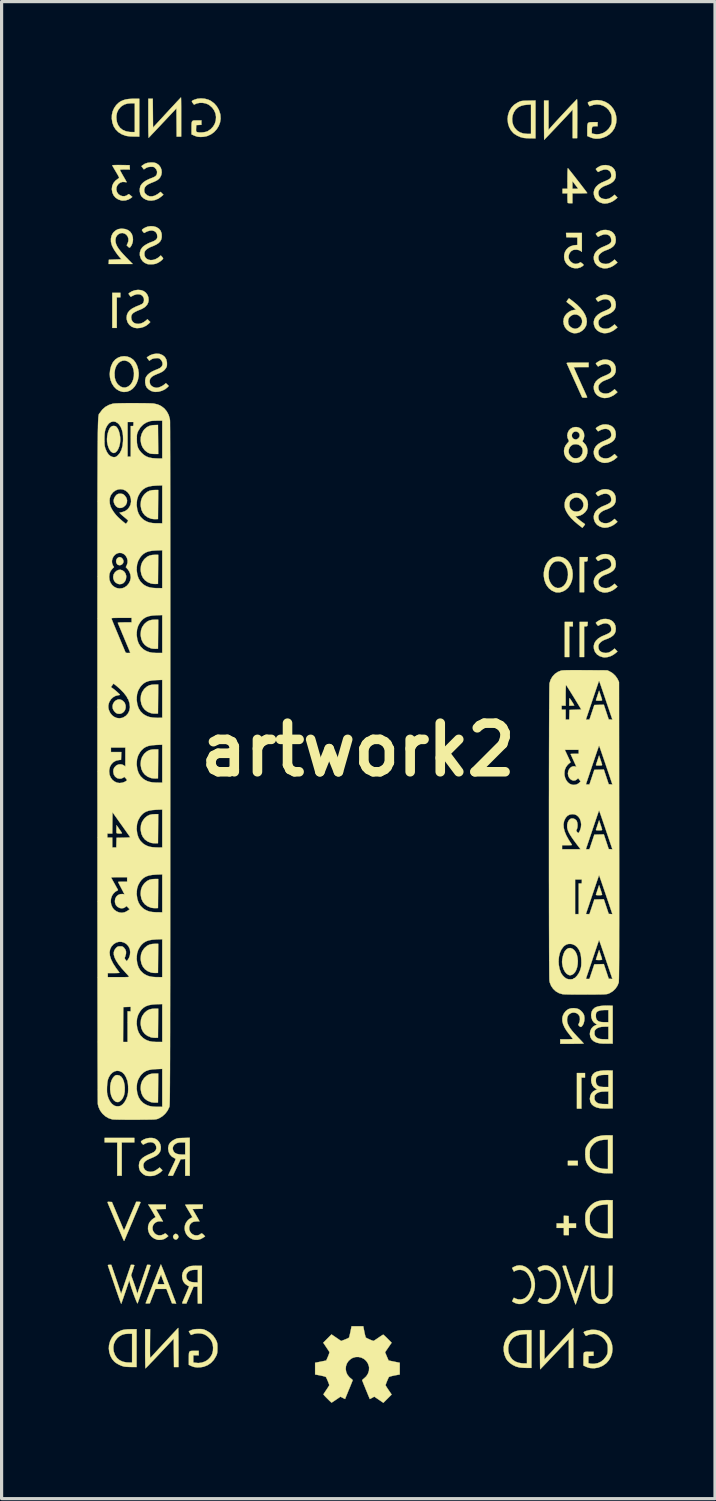
<source format=kicad_pcb>
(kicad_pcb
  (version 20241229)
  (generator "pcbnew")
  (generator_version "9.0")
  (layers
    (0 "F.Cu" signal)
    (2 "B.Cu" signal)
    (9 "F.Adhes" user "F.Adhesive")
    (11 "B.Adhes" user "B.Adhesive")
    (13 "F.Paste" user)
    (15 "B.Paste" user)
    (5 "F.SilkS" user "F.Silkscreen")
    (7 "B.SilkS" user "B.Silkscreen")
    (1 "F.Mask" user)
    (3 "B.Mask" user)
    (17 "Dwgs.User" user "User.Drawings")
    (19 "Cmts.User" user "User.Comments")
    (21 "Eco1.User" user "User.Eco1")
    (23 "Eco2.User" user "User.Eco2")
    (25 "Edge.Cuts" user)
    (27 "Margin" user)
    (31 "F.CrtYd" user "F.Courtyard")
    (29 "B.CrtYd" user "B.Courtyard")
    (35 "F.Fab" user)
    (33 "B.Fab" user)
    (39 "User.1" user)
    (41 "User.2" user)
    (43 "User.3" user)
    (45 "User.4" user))
  (footprint "artwork2"
    (layer "F.Cu")
    (at 8.18 20.463)
    (property "Reference" "artwork2" (at 0 0 0) (layer "F.SilkS") (effects (font (size 1.524 1.524) (thickness 0.3))))
    (attr through_hole)
    (fp_poly (pts (xy 6.89 13.032) (xy 6.579 13.032) (xy 6.579 12.891) (xy 6.89 12.891) (xy 6.89 13.032)) (stroke (width 0.01) (type solid)) (fill yes) (layer "F.SilkS"))
    (fp_poly (pts (xy -7.455 -14.19) (xy -7.568 -14.19) (xy -7.568 -13.229) (xy -7.709 -13.229) (xy -7.709 -14.331) (xy -7.455 -14.331) (xy -7.455 -14.19)) (stroke (width 0.01) (type solid)) (fill yes) (layer "F.SilkS"))
    (fp_poly (pts (xy 6.735 -3.869) (xy 6.622 -3.869) (xy 6.622 -2.909) (xy 6.481 -2.909) (xy 6.481 -4.01) (xy 6.735 -4.01) (xy 6.735 -3.869)) (stroke (width 0.01) (type solid)) (fill yes) (layer "F.SilkS"))
    (fp_poly (pts (xy 7.116 10.279) (xy 7.003 10.279) (xy 7.003 11.253) (xy 6.862 11.253) (xy 6.862 10.137) (xy 7.116 10.137) (xy 7.116 10.279)) (stroke (width 0.01) (type solid)) (fill yes) (layer "F.SilkS"))
    (fp_poly (pts (xy -7.017 12.312) (xy -7.412 12.312) (xy -7.412 13.357) (xy -7.554 13.357) (xy -7.554 12.312) (xy -7.949 12.312) (xy -7.949 12.171) (xy -7.017 12.171) (xy -7.017 12.312)) (stroke (width 0.01) (type solid)) (fill yes) (layer "F.SilkS"))
    (fp_poly (pts (xy 7.198 -5.976) (xy 7.194 -5.935) (xy 7.186 -5.915) (xy 7.166 -5.907) (xy 7.141 -5.904) (xy 7.088 -5.9) (xy 7.088 -4.942) (xy 6.947 -4.942) (xy 6.947 -6.043) (xy 7.202 -6.043) (xy 7.198 -5.976)) (stroke (width 0.01) (type solid)) (fill yes) (layer "F.SilkS"))
    (fp_poly (pts (xy 7.198 -3.943) (xy 7.194 -3.902) (xy 7.186 -3.882) (xy 7.166 -3.874) (xy 7.141 -3.871) (xy 7.088 -3.867) (xy 7.088 -2.909) (xy 6.947 -2.909) (xy 6.947 -4.01) (xy 7.202 -4.01) (xy 7.198 -3.943)) (stroke (width 0.01) (type solid)) (fill yes) (layer "F.SilkS"))
    (fp_poly (pts (xy 6.526 14.616) (xy 6.601 14.62) (xy 6.605 14.737) (xy 6.609 14.853) (xy 6.834 14.853) (xy 6.834 14.994) (xy 6.608 14.994) (xy 6.608 15.22) (xy 6.452 15.22) (xy 6.452 14.994) (xy 6.226 14.994) (xy 6.226 14.853) (xy 6.452 14.853) (xy 6.452 14.612) (xy 6.526 14.616)) (stroke (width 0.01) (type solid)) (fill yes) (layer "F.SilkS"))
    (fp_poly (pts (xy -7.431 -6.03) (xy -7.393 -5.998) (xy -7.366 -5.954) (xy -7.356 -5.909) (xy -7.368 -5.858) (xy -7.398 -5.819) (xy -7.44 -5.794) (xy -7.487 -5.787) (xy -7.533 -5.801) (xy -7.553 -5.817) (xy -7.582 -5.862) (xy -7.59 -5.914) (xy -7.58 -5.964) (xy -7.553 -6.007) (xy -7.512 -6.035) (xy -7.472 -6.043) (xy -7.431 -6.03)) (stroke (width 0.01) (type solid)) (fill yes) (layer "F.SilkS"))
    (fp_poly (pts (xy -5.682 15.19) (xy -5.651 15.221) (xy -5.634 15.26) (xy -5.633 15.27) (xy -5.645 15.309) (xy -5.673 15.343) (xy -5.709 15.361) (xy -5.718 15.361) (xy -5.749 15.352) (xy -5.775 15.333) (xy -5.796 15.3) (xy -5.803 15.27) (xy -5.791 15.23) (xy -5.763 15.197) (xy -5.727 15.179) (xy -5.718 15.178) (xy -5.682 15.19)) (stroke (width 0.01) (type solid)) (fill yes) (layer "F.SilkS"))
    (fp_poly (pts (xy -7.496 2.478) (xy -7.461 2.528) (xy -7.432 2.571) (xy -7.412 2.6) (xy -7.407 2.608) (xy -7.408 2.619) (xy -7.429 2.624) (xy -7.474 2.626) (xy -7.483 2.626) (xy -7.539 2.623) (xy -7.57 2.614) (xy -7.576 2.607) (xy -7.579 2.585) (xy -7.58 2.542) (xy -7.579 2.489) (xy -7.579 2.477) (xy -7.575 2.365) (xy -7.496 2.478)) (stroke (width 0.01) (type solid)) (fill yes) (layer "F.SilkS"))
    (fp_poly (pts (xy 6.637 -1.612) (xy 6.641 -1.609) (xy 6.656 -1.589) (xy 6.68 -1.553) (xy 6.708 -1.509) (xy 6.736 -1.465) (xy 6.759 -1.425) (xy 6.774 -1.399) (xy 6.777 -1.391) (xy 6.764 -1.387) (xy 6.731 -1.384) (xy 6.699 -1.384) (xy 6.622 -1.384) (xy 6.622 -1.507) (xy 6.622 -1.565) (xy 6.625 -1.6) (xy 6.629 -1.614) (xy 6.637 -1.612)) (stroke (width 0.01) (type solid)) (fill yes) (layer "F.SilkS"))
    (fp_poly (pts (xy 7.604 -1.714) (xy 7.624 -1.654) (xy 7.64 -1.603) (xy 7.65 -1.568) (xy 7.652 -1.557) (xy 7.642 -1.546) (xy 7.61 -1.541) (xy 7.552 -1.539) (xy 7.497 -1.54) (xy 7.467 -1.545) (xy 7.458 -1.554) (xy 7.458 -1.557) (xy 7.465 -1.577) (xy 7.479 -1.617) (xy 7.497 -1.671) (xy 7.511 -1.714) (xy 7.557 -1.853) (xy 7.604 -1.714)) (stroke (width 0.01) (type solid)) (fill yes) (layer "F.SilkS"))
    (fp_poly (pts (xy 7.604 0.319) (xy 7.624 0.379) (xy 7.64 0.43) (xy 7.65 0.465) (xy 7.652 0.477) (xy 7.642 0.487) (xy 7.61 0.492) (xy 7.552 0.494) (xy 7.497 0.493) (xy 7.467 0.488) (xy 7.458 0.48) (xy 7.458 0.477) (xy 7.465 0.456) (xy 7.479 0.416) (xy 7.497 0.362) (xy 7.511 0.319) (xy 7.557 0.18) (xy 7.604 0.319)) (stroke (width 0.01) (type solid)) (fill yes) (layer "F.SilkS"))
    (fp_poly (pts (xy 7.604 2.352) (xy 7.624 2.412) (xy 7.64 2.463) (xy 7.65 2.498) (xy 7.652 2.51) (xy 7.642 2.52) (xy 7.61 2.526) (xy 7.552 2.527) (xy 7.497 2.526) (xy 7.467 2.521) (xy 7.458 2.513) (xy 7.458 2.51) (xy 7.465 2.489) (xy 7.479 2.449) (xy 7.497 2.395) (xy 7.511 2.352) (xy 7.557 2.213) (xy 7.604 2.352)) (stroke (width 0.01) (type solid)) (fill yes) (layer "F.SilkS"))
    (fp_poly (pts (xy 7.604 4.386) (xy 7.624 4.445) (xy 7.64 4.496) (xy 7.65 4.531) (xy 7.652 4.543) (xy 7.642 4.553) (xy 7.61 4.559) (xy 7.552 4.56) (xy 7.497 4.559) (xy 7.467 4.554) (xy 7.458 4.546) (xy 7.458 4.543) (xy 7.465 4.523) (xy 7.479 4.482) (xy 7.497 4.428) (xy 7.511 4.386) (xy 7.557 4.246) (xy 7.604 4.386)) (stroke (width 0.01) (type solid)) (fill yes) (layer "F.SilkS"))
    (fp_poly (pts (xy 7.604 6.419) (xy 7.624 6.478) (xy 7.64 6.529) (xy 7.65 6.564) (xy 7.652 6.576) (xy 7.642 6.586) (xy 7.61 6.592) (xy 7.552 6.594) (xy 7.497 6.592) (xy 7.467 6.588) (xy 7.458 6.579) (xy 7.458 6.576) (xy 7.465 6.556) (xy 7.479 6.515) (xy 7.497 6.461) (xy 7.511 6.419) (xy 7.557 6.279) (xy 7.604 6.419)) (stroke (width 0.01) (type solid)) (fill yes) (layer "F.SilkS"))
    (fp_poly (pts (xy -7.385 -5.624) (xy -7.334 -5.586) (xy -7.296 -5.531) (xy -7.274 -5.463) (xy -7.271 -5.425) (xy -7.282 -5.345) (xy -7.312 -5.279) (xy -7.358 -5.229) (xy -7.416 -5.2) (xy -7.482 -5.193) (xy -7.532 -5.203) (xy -7.601 -5.24) (xy -7.649 -5.296) (xy -7.676 -5.369) (xy -7.681 -5.425) (xy -7.667 -5.498) (xy -7.627 -5.564) (xy -7.569 -5.615) (xy -7.507 -5.642) (xy -7.445 -5.644) (xy -7.385 -5.624)) (stroke (width 0.01) (type solid)) (fill yes) (layer "F.SilkS"))
    (fp_poly (pts (xy -6.272 -7.691) (xy -6.276 -7.236) (xy -6.354 -7.233) (xy -6.413 -7.235) (xy -6.473 -7.243) (xy -6.496 -7.248) (xy -6.6 -7.29) (xy -6.686 -7.352) (xy -6.751 -7.433) (xy -6.796 -7.531) (xy -6.817 -7.644) (xy -6.819 -7.695) (xy -6.808 -7.809) (xy -6.774 -7.908) (xy -6.715 -7.996) (xy -6.687 -8.027) (xy -6.618 -8.085) (xy -6.544 -8.122) (xy -6.459 -8.142) (xy -6.372 -8.147) (xy -6.268 -8.147) (xy -6.272 -7.691)) (stroke (width 0.01) (type solid)) (fill yes) (layer "F.SilkS"))
    (fp_poly (pts (xy -6.272 -5.658) (xy -6.276 -5.203) (xy -6.354 -5.2) (xy -6.413 -5.202) (xy -6.473 -5.21) (xy -6.496 -5.215) (xy -6.6 -5.257) (xy -6.686 -5.319) (xy -6.751 -5.4) (xy -6.796 -5.498) (xy -6.817 -5.611) (xy -6.819 -5.662) (xy -6.808 -5.775) (xy -6.774 -5.875) (xy -6.715 -5.963) (xy -6.687 -5.994) (xy -6.618 -6.052) (xy -6.544 -6.089) (xy -6.459 -6.109) (xy -6.372 -6.114) (xy -6.268 -6.114) (xy -6.272 -5.658)) (stroke (width 0.01) (type solid)) (fill yes) (layer "F.SilkS"))
    (fp_poly (pts (xy -6.272 -3.625) (xy -6.276 -3.17) (xy -6.354 -3.167) (xy -6.413 -3.169) (xy -6.473 -3.176) (xy -6.496 -3.182) (xy -6.6 -3.224) (xy -6.686 -3.286) (xy -6.751 -3.367) (xy -6.796 -3.465) (xy -6.817 -3.578) (xy -6.819 -3.629) (xy -6.808 -3.742) (xy -6.774 -3.842) (xy -6.715 -3.93) (xy -6.687 -3.961) (xy -6.618 -4.019) (xy -6.544 -4.056) (xy -6.459 -4.076) (xy -6.372 -4.08) (xy -6.268 -4.08) (xy -6.272 -3.625)) (stroke (width 0.01) (type solid)) (fill yes) (layer "F.SilkS"))
    (fp_poly (pts (xy -6.272 -1.592) (xy -6.276 -1.137) (xy -6.354 -1.134) (xy -6.413 -1.135) (xy -6.473 -1.143) (xy -6.496 -1.149) (xy -6.6 -1.19) (xy -6.686 -1.253) (xy -6.751 -1.334) (xy -6.796 -1.431) (xy -6.817 -1.545) (xy -6.819 -1.595) (xy -6.808 -1.709) (xy -6.774 -1.808) (xy -6.715 -1.897) (xy -6.687 -1.928) (xy -6.618 -1.986) (xy -6.544 -2.023) (xy -6.459 -2.042) (xy -6.372 -2.047) (xy -6.268 -2.047) (xy -6.272 -1.592)) (stroke (width 0.01) (type solid)) (fill yes) (layer "F.SilkS"))
    (fp_poly (pts (xy -6.272 0.441) (xy -6.276 0.897) (xy -6.354 0.899) (xy -6.413 0.898) (xy -6.473 0.89) (xy -6.496 0.885) (xy -6.6 0.843) (xy -6.686 0.78) (xy -6.751 0.7) (xy -6.796 0.602) (xy -6.817 0.489) (xy -6.819 0.438) (xy -6.808 0.324) (xy -6.774 0.225) (xy -6.715 0.136) (xy -6.687 0.105) (xy -6.618 0.048) (xy -6.544 0.01) (xy -6.459 -0.009) (xy -6.372 -0.014) (xy -6.268 -0.014) (xy -6.272 0.441)) (stroke (width 0.01) (type solid)) (fill yes) (layer "F.SilkS"))
    (fp_poly (pts (xy -6.272 2.474) (xy -6.276 2.93) (xy -6.354 2.933) (xy -6.413 2.931) (xy -6.473 2.923) (xy -6.496 2.918) (xy -6.6 2.876) (xy -6.686 2.814) (xy -6.751 2.733) (xy -6.796 2.635) (xy -6.817 2.522) (xy -6.819 2.471) (xy -6.808 2.357) (xy -6.774 2.258) (xy -6.715 2.17) (xy -6.687 2.138) (xy -6.618 2.081) (xy -6.544 2.043) (xy -6.459 2.024) (xy -6.372 2.019) (xy -6.268 2.019) (xy -6.272 2.474)) (stroke (width 0.01) (type solid)) (fill yes) (layer "F.SilkS"))
    (fp_poly (pts (xy -6.272 4.507) (xy -6.276 4.963) (xy -6.354 4.966) (xy -6.413 4.964) (xy -6.473 4.956) (xy -6.496 4.951) (xy -6.6 4.909) (xy -6.686 4.847) (xy -6.751 4.766) (xy -6.796 4.668) (xy -6.817 4.555) (xy -6.819 4.504) (xy -6.808 4.39) (xy -6.774 4.291) (xy -6.715 4.203) (xy -6.687 4.172) (xy -6.618 4.114) (xy -6.544 4.076) (xy -6.459 4.057) (xy -6.372 4.052) (xy -6.268 4.052) (xy -6.272 4.507)) (stroke (width 0.01) (type solid)) (fill yes) (layer "F.SilkS"))
    (fp_poly (pts (xy -6.272 6.541) (xy -6.276 6.996) (xy -6.354 6.999) (xy -6.413 6.997) (xy -6.473 6.989) (xy -6.496 6.984) (xy -6.6 6.942) (xy -6.686 6.88) (xy -6.751 6.799) (xy -6.796 6.701) (xy -6.817 6.588) (xy -6.819 6.537) (xy -6.808 6.423) (xy -6.774 6.324) (xy -6.715 6.236) (xy -6.687 6.205) (xy -6.618 6.147) (xy -6.544 6.11) (xy -6.459 6.09) (xy -6.372 6.085) (xy -6.268 6.085) (xy -6.272 6.541)) (stroke (width 0.01) (type solid)) (fill yes) (layer "F.SilkS"))
    (fp_poly (pts (xy -6.272 8.574) (xy -6.276 9.029) (xy -6.354 9.032) (xy -6.413 9.03) (xy -6.473 9.022) (xy -6.496 9.017) (xy -6.6 8.975) (xy -6.686 8.913) (xy -6.751 8.832) (xy -6.796 8.734) (xy -6.817 8.621) (xy -6.819 8.57) (xy -6.808 8.456) (xy -6.774 8.357) (xy -6.715 8.269) (xy -6.687 8.238) (xy -6.618 8.18) (xy -6.544 8.143) (xy -6.459 8.123) (xy -6.372 8.118) (xy -6.268 8.118) (xy -6.272 8.574)) (stroke (width 0.01) (type solid)) (fill yes) (layer "F.SilkS"))
    (fp_poly (pts (xy -6.272 10.607) (xy -6.276 11.062) (xy -6.354 11.065) (xy -6.413 11.063) (xy -6.473 11.055) (xy -6.496 11.05) (xy -6.6 11.008) (xy -6.686 10.946) (xy -6.751 10.865) (xy -6.796 10.767) (xy -6.817 10.654) (xy -6.819 10.603) (xy -6.808 10.49) (xy -6.774 10.39) (xy -6.715 10.302) (xy -6.687 10.271) (xy -6.618 10.213) (xy -6.544 10.176) (xy -6.459 10.156) (xy -6.372 10.152) (xy -6.268 10.152) (xy -6.272 10.607)) (stroke (width 0.01) (type solid)) (fill yes) (layer "F.SilkS"))
    (fp_poly (pts (xy -7.433 -1.569) (xy -7.377 -1.536) (xy -7.331 -1.489) (xy -7.314 -1.461) (xy -7.29 -1.387) (xy -7.29 -1.314) (xy -7.309 -1.248) (xy -7.346 -1.192) (xy -7.398 -1.151) (xy -7.461 -1.129) (xy -7.533 -1.13) (xy -7.539 -1.131) (xy -7.591 -1.154) (xy -7.639 -1.198) (xy -7.677 -1.254) (xy -7.695 -1.298) (xy -7.701 -1.371) (xy -7.685 -1.44) (xy -7.649 -1.501) (xy -7.598 -1.548) (xy -7.535 -1.576) (xy -7.49 -1.581) (xy -7.433 -1.569)) (stroke (width 0.01) (type solid)) (fill yes) (layer "F.SilkS"))
    (fp_poly (pts (xy -6.272 -9.731) (xy -6.268 -9.276) (xy -6.378 -9.277) (xy -6.436 -9.279) (xy -6.487 -9.283) (xy -6.521 -9.289) (xy -6.523 -9.289) (xy -6.603 -9.324) (xy -6.675 -9.379) (xy -6.702 -9.407) (xy -6.763 -9.493) (xy -6.802 -9.592) (xy -6.819 -9.697) (xy -6.814 -9.805) (xy -6.787 -9.908) (xy -6.738 -10.003) (xy -6.697 -10.054) (xy -6.626 -10.116) (xy -6.546 -10.157) (xy -6.451 -10.179) (xy -6.386 -10.183) (xy -6.276 -10.187) (xy -6.272 -9.731)) (stroke (width 0.01) (type solid)) (fill yes) (layer "F.SilkS"))
    (fp_poly (pts (xy -7.437 -8.03) (xy -7.39 -8.023) (xy -7.355 -8.006) (xy -7.32 -7.975) (xy -7.312 -7.966) (xy -7.266 -7.9) (xy -7.245 -7.828) (xy -7.25 -7.755) (xy -7.279 -7.687) (xy -7.295 -7.667) (xy -7.353 -7.615) (xy -7.419 -7.587) (xy -7.488 -7.583) (xy -7.532 -7.595) (xy -7.587 -7.632) (xy -7.631 -7.688) (xy -7.659 -7.755) (xy -7.667 -7.81) (xy -7.655 -7.872) (xy -7.626 -7.934) (xy -7.585 -7.986) (xy -7.559 -8.007) (xy -7.519 -8.026) (xy -7.476 -8.032) (xy -7.437 -8.03)) (stroke (width 0.01) (type solid)) (fill yes) (layer "F.SilkS"))
    (fp_poly (pts (xy -7.484 10.214) (xy -7.428 10.253) (xy -7.382 10.315) (xy -7.348 10.4) (xy -7.325 10.505) (xy -7.317 10.591) (xy -7.319 10.723) (xy -7.341 10.836) (xy -7.383 10.929) (xy -7.423 10.983) (xy -7.476 11.029) (xy -7.527 11.049) (xy -7.581 11.043) (xy -7.61 11.031) (xy -7.665 10.987) (xy -7.71 10.923) (xy -7.744 10.841) (xy -7.766 10.749) (xy -7.776 10.65) (xy -7.774 10.549) (xy -7.759 10.452) (xy -7.731 10.363) (xy -7.69 10.288) (xy -7.667 10.259) (xy -7.632 10.225) (xy -7.603 10.207) (xy -7.57 10.201) (xy -7.548 10.201) (xy -7.484 10.214)) (stroke (width 0.01) (type solid)) (fill yes) (layer "F.SilkS"))
    (fp_poly (pts (xy -7.607 -10.147) (xy -7.583 -10.131) (xy -7.54 -10.077) (xy -7.505 -10.001) (xy -7.479 -9.91) (xy -7.463 -9.81) (xy -7.459 -9.707) (xy -7.467 -9.617) (xy -7.487 -9.524) (xy -7.518 -9.442) (xy -7.555 -9.377) (xy -7.597 -9.334) (xy -7.601 -9.331) (xy -7.638 -9.312) (xy -7.665 -9.307) (xy -7.696 -9.315) (xy -7.703 -9.318) (xy -7.751 -9.351) (xy -7.794 -9.408) (xy -7.83 -9.484) (xy -7.857 -9.575) (xy -7.872 -9.658) (xy -7.875 -9.746) (xy -7.867 -9.839) (xy -7.849 -9.931) (xy -7.822 -10.015) (xy -7.789 -10.084) (xy -7.756 -10.125) (xy -7.711 -10.151) (xy -7.658 -10.158) (xy -7.607 -10.147)) (stroke (width 0.01) (type solid)) (fill yes) (layer "F.SilkS"))
    (fp_poly (pts (xy 6.717 6.236) (xy 6.778 6.282) (xy 6.78 6.284) (xy 6.828 6.351) (xy 6.862 6.432) (xy 6.882 6.525) (xy 6.891 6.622) (xy 6.886 6.721) (xy 6.87 6.816) (xy 6.842 6.902) (xy 6.804 6.974) (xy 6.754 7.029) (xy 6.712 7.054) (xy 6.669 7.069) (xy 6.635 7.071) (xy 6.597 7.059) (xy 6.594 7.058) (xy 6.536 7.021) (xy 6.485 6.96) (xy 6.444 6.882) (xy 6.414 6.791) (xy 6.398 6.691) (xy 6.396 6.642) (xy 6.403 6.561) (xy 6.421 6.474) (xy 6.447 6.391) (xy 6.479 6.324) (xy 6.482 6.319) (xy 6.533 6.259) (xy 6.591 6.224) (xy 6.654 6.216) (xy 6.717 6.236)) (stroke (width 0.01) (type solid)) (fill yes) (layer "F.SilkS"))
    (fp_poly (pts (xy -5.553 -20.445) (xy -5.552 -20.406) (xy -5.551 -20.344) (xy -5.55 -20.263) (xy -5.549 -20.165) (xy -5.549 -20.053) (xy -5.549 -19.93) (xy -5.549 -19.844) (xy -5.549 -19.23) (xy -5.69 -19.23) (xy -5.697 -20.116) (xy -6.128 -19.658) (xy -6.217 -19.563) (xy -6.301 -19.474) (xy -6.377 -19.393) (xy -6.443 -19.324) (xy -6.497 -19.267) (xy -6.537 -19.224) (xy -6.562 -19.199) (xy -6.569 -19.193) (xy -6.571 -19.205) (xy -6.573 -19.243) (xy -6.575 -19.303) (xy -6.577 -19.383) (xy -6.578 -19.48) (xy -6.579 -19.591) (xy -6.579 -19.713) (xy -6.579 -19.801) (xy -6.579 -20.416) (xy -6.439 -20.416) (xy -6.431 -19.513) (xy -5.995 -19.986) (xy -5.906 -20.083) (xy -5.822 -20.173) (xy -5.746 -20.254) (xy -5.681 -20.325) (xy -5.626 -20.383) (xy -5.586 -20.425) (xy -5.561 -20.451) (xy -5.554 -20.458) (xy -5.553 -20.445)) (stroke (width 0.01) (type solid)) (fill yes) (layer "F.SilkS"))
    (fp_poly (pts (xy 6.749 19.385) (xy 6.608 19.385) (xy 6.608 18.482) (xy 6.511 18.584) (xy 6.376 18.728) (xy 6.25 18.862) (xy 6.134 18.984) (xy 6.03 19.094) (xy 5.939 19.191) (xy 5.861 19.272) (xy 5.798 19.338) (xy 5.751 19.387) (xy 5.722 19.417) (xy 5.71 19.428) (xy 5.71 19.428) (xy 5.709 19.414) (xy 5.708 19.375) (xy 5.707 19.314) (xy 5.706 19.232) (xy 5.705 19.134) (xy 5.704 19.023) (xy 5.704 18.9) (xy 5.704 18.814) (xy 5.704 18.199) (xy 5.845 18.199) (xy 5.845 19.115) (xy 5.913 19.042) (xy 5.939 19.015) (xy 5.981 18.969) (xy 6.036 18.909) (xy 6.103 18.837) (xy 6.177 18.755) (xy 6.258 18.668) (xy 6.332 18.588) (xy 6.413 18.499) (xy 6.49 18.416) (xy 6.559 18.341) (xy 6.619 18.276) (xy 6.666 18.224) (xy 6.699 18.189) (xy 6.715 18.171) (xy 6.749 18.136) (xy 6.749 19.385)) (stroke (width 0.01) (type solid)) (fill yes) (layer "F.SilkS"))
    (fp_poly (pts (xy -6.862 -19.23) (xy -7.028 -19.231) (xy -7.149 -19.235) (xy -7.248 -19.248) (xy -7.287 -19.256) (xy -7.41 -19.301) (xy -7.515 -19.367) (xy -7.601 -19.451) (xy -7.665 -19.552) (xy -7.706 -19.668) (xy -7.725 -19.797) (xy -7.724 -19.801) (xy -7.58 -19.801) (xy -7.563 -19.685) (xy -7.523 -19.585) (xy -7.463 -19.503) (xy -7.383 -19.44) (xy -7.284 -19.397) (xy -7.168 -19.375) (xy -7.112 -19.372) (xy -7.003 -19.371) (xy -7.003 -20.275) (xy -7.115 -20.275) (xy -7.23 -20.266) (xy -7.327 -20.237) (xy -7.41 -20.188) (xy -7.455 -20.148) (xy -7.519 -20.069) (xy -7.56 -19.981) (xy -7.579 -19.879) (xy -7.58 -19.801) (xy -7.724 -19.801) (xy -7.721 -19.909) (xy -7.697 -20.019) (xy -7.65 -20.124) (xy -7.584 -20.219) (xy -7.503 -20.296) (xy -7.445 -20.335) (xy -7.368 -20.37) (xy -7.287 -20.395) (xy -7.194 -20.409) (xy -7.082 -20.416) (xy -7.035 -20.416) (xy -6.862 -20.416) (xy -6.862 -19.23)) (stroke (width 0.01) (type solid)) (fill yes) (layer "F.SilkS"))
    (fp_poly (pts (xy 6.667 16.633) (xy 6.817 17.085) (xy 6.967 16.633) (xy 7.118 16.18) (xy 7.175 16.18) (xy 7.213 16.184) (xy 7.226 16.194) (xy 7.225 16.198) (xy 7.22 16.215) (xy 7.206 16.255) (xy 7.185 16.317) (xy 7.159 16.397) (xy 7.127 16.493) (xy 7.091 16.602) (xy 7.052 16.72) (xy 7.024 16.802) (xy 6.984 16.924) (xy 6.945 17.039) (xy 6.91 17.143) (xy 6.88 17.232) (xy 6.855 17.305) (xy 6.836 17.359) (xy 6.824 17.39) (xy 6.821 17.398) (xy 6.815 17.387) (xy 6.801 17.352) (xy 6.78 17.295) (xy 6.753 17.22) (xy 6.721 17.128) (xy 6.684 17.022) (xy 6.645 16.905) (xy 6.611 16.804) (xy 6.569 16.68) (xy 6.531 16.563) (xy 6.496 16.458) (xy 6.466 16.366) (xy 6.441 16.291) (xy 6.423 16.235) (xy 6.413 16.2) (xy 6.41 16.191) (xy 6.422 16.184) (xy 6.453 16.181) (xy 6.463 16.18) (xy 6.517 16.18) (xy 6.667 16.633)) (stroke (width 0.01) (type solid)) (fill yes) (layer "F.SilkS"))
    (fp_poly (pts (xy -6.947 19.357) (xy -7.112 19.356) (xy -7.185 19.354) (xy -7.254 19.351) (xy -7.31 19.346) (xy -7.34 19.342) (xy -7.423 19.317) (xy -7.511 19.277) (xy -7.593 19.228) (xy -7.644 19.187) (xy -7.714 19.105) (xy -7.767 19.005) (xy -7.803 18.894) (xy -7.817 18.779) (xy -7.815 18.738) (xy -7.676 18.738) (xy -7.667 18.851) (xy -7.661 18.878) (xy -7.621 18.985) (xy -7.561 19.073) (xy -7.482 19.14) (xy -7.385 19.187) (xy -7.271 19.211) (xy -7.197 19.215) (xy -7.088 19.216) (xy -7.088 18.312) (xy -7.2 18.312) (xy -7.312 18.321) (xy -7.406 18.347) (xy -7.488 18.394) (xy -7.548 18.446) (xy -7.615 18.532) (xy -7.658 18.631) (xy -7.676 18.738) (xy -7.815 18.738) (xy -7.811 18.673) (xy -7.777 18.545) (xy -7.72 18.432) (xy -7.642 18.338) (xy -7.544 18.263) (xy -7.428 18.208) (xy -7.377 18.193) (xy -7.31 18.181) (xy -7.221 18.173) (xy -7.12 18.171) (xy -6.947 18.171) (xy -6.947 19.357)) (stroke (width 0.01) (type solid)) (fill yes) (layer "F.SilkS"))
    (fp_poly (pts (xy 5.436 19.385) (xy 5.284 19.384) (xy 5.211 19.382) (xy 5.14 19.378) (xy 5.08 19.373) (xy 5.055 19.369) (xy 4.951 19.341) (xy 4.851 19.293) (xy 4.76 19.23) (xy 4.685 19.156) (xy 4.641 19.092) (xy 4.592 18.976) (xy 4.568 18.855) (xy 4.566 18.752) (xy 4.707 18.752) (xy 4.712 18.865) (xy 4.727 18.928) (xy 4.772 19.032) (xy 4.836 19.116) (xy 4.919 19.179) (xy 5.021 19.22) (xy 5.141 19.241) (xy 5.192 19.243) (xy 5.295 19.244) (xy 5.295 18.322) (xy 5.178 18.33) (xy 5.056 18.348) (xy 4.955 18.381) (xy 4.873 18.431) (xy 4.844 18.457) (xy 4.773 18.545) (xy 4.727 18.645) (xy 4.707 18.752) (xy 4.566 18.752) (xy 4.566 18.733) (xy 4.587 18.615) (xy 4.63 18.505) (xy 4.694 18.406) (xy 4.778 18.323) (xy 4.805 18.303) (xy 4.876 18.261) (xy 4.951 18.232) (xy 5.037 18.212) (xy 5.139 18.202) (xy 5.247 18.199) (xy 5.436 18.199) (xy 5.436 19.385)) (stroke (width 0.01) (type solid)) (fill yes) (layer "F.SilkS"))
    (fp_poly (pts (xy 7.017 -15.615) (xy 6.976 -15.645) (xy 6.924 -15.67) (xy 6.858 -15.683) (xy 6.789 -15.682) (xy 6.744 -15.673) (xy 6.684 -15.639) (xy 6.638 -15.586) (xy 6.609 -15.521) (xy 6.6 -15.45) (xy 6.607 -15.407) (xy 6.627 -15.362) (xy 6.658 -15.318) (xy 6.667 -15.309) (xy 6.734 -15.259) (xy 6.803 -15.237) (xy 6.874 -15.242) (xy 6.924 -15.262) (xy 6.978 -15.29) (xy 7.026 -15.253) (xy 7.059 -15.226) (xy 7.071 -15.206) (xy 7.064 -15.189) (xy 7.049 -15.175) (xy 6.978 -15.13) (xy 6.893 -15.104) (xy 6.802 -15.1) (xy 6.715 -15.117) (xy 6.713 -15.118) (xy 6.623 -15.163) (xy 6.553 -15.222) (xy 6.503 -15.293) (xy 6.472 -15.371) (xy 6.46 -15.454) (xy 6.466 -15.536) (xy 6.49 -15.615) (xy 6.532 -15.686) (xy 6.591 -15.747) (xy 6.667 -15.792) (xy 6.759 -15.82) (xy 6.791 -15.824) (xy 6.876 -15.831) (xy 6.876 -16.067) (xy 6.703 -16.07) (xy 6.53 -16.074) (xy 6.526 -16.141) (xy 6.521 -16.209) (xy 7.017 -16.209) (xy 7.017 -15.615)) (stroke (width 0.01) (type solid)) (fill yes) (layer "F.SilkS"))
    (fp_poly (pts (xy 5.15 16.177) (xy 5.239 16.21) (xy 5.322 16.264) (xy 5.396 16.337) (xy 5.459 16.428) (xy 5.507 16.536) (xy 5.527 16.607) (xy 5.545 16.728) (xy 5.543 16.845) (xy 5.523 16.958) (xy 5.486 17.062) (xy 5.436 17.157) (xy 5.373 17.238) (xy 5.3 17.303) (xy 5.218 17.35) (xy 5.13 17.377) (xy 5.038 17.38) (xy 4.952 17.36) (xy 4.907 17.341) (xy 4.867 17.32) (xy 4.864 17.318) (xy 4.829 17.295) (xy 4.857 17.239) (xy 4.886 17.183) (xy 4.944 17.212) (xy 5.017 17.235) (xy 5.099 17.238) (xy 5.179 17.221) (xy 5.237 17.193) (xy 5.305 17.132) (xy 5.363 17.05) (xy 5.405 16.955) (xy 5.431 16.853) (xy 5.436 16.782) (xy 5.425 16.677) (xy 5.396 16.574) (xy 5.352 16.481) (xy 5.294 16.403) (xy 5.236 16.354) (xy 5.165 16.321) (xy 5.084 16.308) (xy 5.003 16.314) (xy 4.944 16.334) (xy 4.886 16.364) (xy 4.857 16.307) (xy 4.828 16.251) (xy 4.874 16.222) (xy 4.965 16.182) (xy 5.057 16.167) (xy 5.15 16.177)) (stroke (width 0.01) (type solid)) (fill yes) (layer "F.SilkS"))
    (fp_poly (pts (xy 5.563 -19.174) (xy 5.411 -19.175) (xy 5.338 -19.177) (xy 5.267 -19.181) (xy 5.207 -19.186) (xy 5.182 -19.19) (xy 5.087 -19.215) (xy 4.991 -19.258) (xy 4.904 -19.311) (xy 4.867 -19.342) (xy 4.791 -19.43) (xy 4.735 -19.534) (xy 4.701 -19.649) (xy 4.689 -19.769) (xy 4.69 -19.79) (xy 4.831 -19.79) (xy 4.837 -19.687) (xy 4.865 -19.588) (xy 4.912 -19.502) (xy 4.986 -19.421) (xy 5.075 -19.363) (xy 5.18 -19.328) (xy 5.302 -19.315) (xy 5.312 -19.315) (xy 5.422 -19.315) (xy 5.422 -20.236) (xy 5.305 -20.229) (xy 5.201 -20.217) (xy 5.115 -20.194) (xy 5.04 -20.159) (xy 5.01 -20.139) (xy 4.936 -20.072) (xy 4.881 -19.987) (xy 4.846 -19.892) (xy 4.831 -19.79) (xy 4.69 -19.79) (xy 4.699 -19.89) (xy 4.734 -20.007) (xy 4.75 -20.042) (xy 4.813 -20.144) (xy 4.893 -20.227) (xy 4.994 -20.293) (xy 5.024 -20.308) (xy 5.061 -20.325) (xy 5.092 -20.337) (xy 5.124 -20.345) (xy 5.163 -20.35) (xy 5.215 -20.354) (xy 5.285 -20.356) (xy 5.34 -20.357) (xy 5.563 -20.362) (xy 5.563 -19.174)) (stroke (width 0.01) (type solid)) (fill yes) (layer "F.SilkS"))
    (fp_poly (pts (xy 7.229 -12.001) (xy 6.996 -12.001) (xy 6.918 -12.001) (xy 6.852 -12) (xy 6.801 -11.998) (xy 6.77 -11.996) (xy 6.763 -11.994) (xy 6.769 -11.98) (xy 6.785 -11.943) (xy 6.81 -11.886) (xy 6.842 -11.813) (xy 6.882 -11.726) (xy 6.926 -11.627) (xy 6.969 -11.532) (xy 7.017 -11.425) (xy 7.062 -11.327) (xy 7.102 -11.239) (xy 7.135 -11.166) (xy 7.16 -11.109) (xy 7.177 -11.072) (xy 7.183 -11.059) (xy 7.178 -11.048) (xy 7.152 -11.042) (xy 7.111 -11.041) (xy 7.067 -11.043) (xy 7.035 -11.048) (xy 7.026 -11.053) (xy 7.019 -11.067) (xy 7.002 -11.104) (xy 6.976 -11.161) (xy 6.943 -11.232) (xy 6.905 -11.317) (xy 6.863 -11.411) (xy 6.818 -11.51) (xy 6.771 -11.612) (xy 6.726 -11.713) (xy 6.682 -11.811) (xy 6.641 -11.901) (xy 6.606 -11.98) (xy 6.576 -12.045) (xy 6.555 -12.093) (xy 6.543 -12.12) (xy 6.541 -12.125) (xy 6.545 -12.13) (xy 6.562 -12.135) (xy 6.596 -12.138) (xy 6.649 -12.14) (xy 6.723 -12.142) (xy 6.822 -12.142) (xy 6.881 -12.142) (xy 7.229 -12.142) (xy 7.229 -12.001)) (stroke (width 0.01) (type solid)) (fill yes) (layer "F.SilkS"))
    (fp_poly (pts (xy -4.899 17.366) (xy -5.026 17.366) (xy -5.03 17.102) (xy -5.033 16.837) (xy -5.16 16.837) (xy -5.273 17.101) (xy -5.386 17.366) (xy -5.454 17.366) (xy -5.495 17.365) (xy -5.513 17.359) (xy -5.516 17.347) (xy -5.514 17.34) (xy -5.506 17.319) (xy -5.488 17.276) (xy -5.464 17.217) (xy -5.433 17.146) (xy -5.401 17.071) (xy -5.297 16.829) (xy -5.352 16.801) (xy -5.426 16.748) (xy -5.48 16.678) (xy -5.511 16.592) (xy -5.518 16.506) (xy -5.39 16.506) (xy -5.377 16.571) (xy -5.346 16.625) (xy -5.298 16.664) (xy -5.231 16.689) (xy -5.141 16.7) (xy -5.108 16.701) (xy -5.026 16.703) (xy -5.026 16.307) (xy -5.108 16.307) (xy -5.197 16.314) (xy -5.266 16.333) (xy -5.321 16.367) (xy -5.335 16.381) (xy -5.376 16.44) (xy -5.39 16.506) (xy -5.518 16.506) (xy -5.519 16.492) (xy -5.518 16.477) (xy -5.498 16.388) (xy -5.454 16.311) (xy -5.388 16.249) (xy -5.303 16.206) (xy -5.272 16.196) (xy -5.235 16.189) (xy -5.178 16.184) (xy -5.111 16.181) (xy -5.058 16.18) (xy -4.899 16.18) (xy -4.899 17.366)) (stroke (width 0.01) (type solid)) (fill yes) (layer "F.SilkS"))
    (fp_poly (pts (xy -6.029 14.4) (xy -6.183 14.404) (xy -6.338 14.408) (xy -6.228 14.6) (xy -6.118 14.792) (xy -6.19 14.786) (xy -6.271 14.79) (xy -6.34 14.817) (xy -6.395 14.86) (xy -6.432 14.918) (xy -6.448 14.984) (xy -6.441 15.056) (xy -6.425 15.099) (xy -6.379 15.165) (xy -6.32 15.208) (xy -6.25 15.228) (xy -6.175 15.224) (xy -6.099 15.195) (xy -6.068 15.175) (xy -6.05 15.167) (xy -6.03 15.174) (xy -6.002 15.199) (xy -5.997 15.204) (xy -5.951 15.25) (xy -6.001 15.292) (xy -6.078 15.341) (xy -6.168 15.367) (xy -6.263 15.369) (xy -6.306 15.362) (xy -6.396 15.327) (xy -6.472 15.272) (xy -6.531 15.202) (xy -6.57 15.119) (xy -6.589 15.03) (xy -6.585 14.938) (xy -6.556 14.849) (xy -6.553 14.843) (xy -6.517 14.789) (xy -6.466 14.736) (xy -6.412 14.694) (xy -6.387 14.68) (xy -6.362 14.664) (xy -6.354 14.652) (xy -6.36 14.636) (xy -6.379 14.601) (xy -6.407 14.552) (xy -6.44 14.494) (xy -6.477 14.432) (xy -6.513 14.371) (xy -6.547 14.316) (xy -6.562 14.292) (xy -6.583 14.26) (xy -6.029 14.26) (xy -6.029 14.4)) (stroke (width 0.01) (type solid)) (fill yes) (layer "F.SilkS"))
    (fp_poly (pts (xy 7.415 16.622) (xy 7.416 16.746) (xy 7.418 16.845) (xy 7.419 16.922) (xy 7.422 16.981) (xy 7.425 17.025) (xy 7.429 17.058) (xy 7.434 17.082) (xy 7.44 17.101) (xy 7.449 17.118) (xy 7.449 17.119) (xy 7.496 17.184) (xy 7.557 17.223) (xy 7.632 17.239) (xy 7.644 17.239) (xy 7.722 17.228) (xy 7.784 17.194) (xy 7.829 17.138) (xy 7.837 17.122) (xy 7.844 17.104) (xy 7.85 17.083) (xy 7.855 17.056) (xy 7.858 17.02) (xy 7.861 16.972) (xy 7.862 16.909) (xy 7.863 16.826) (xy 7.864 16.721) (xy 7.864 16.622) (xy 7.864 16.18) (xy 7.979 16.18) (xy 7.974 16.651) (xy 7.97 17.121) (xy 7.928 17.205) (xy 7.874 17.283) (xy 7.808 17.337) (xy 7.726 17.368) (xy 7.662 17.376) (xy 7.606 17.375) (xy 7.555 17.369) (xy 7.529 17.362) (xy 7.46 17.325) (xy 7.399 17.271) (xy 7.357 17.212) (xy 7.341 17.176) (xy 7.328 17.133) (xy 7.318 17.081) (xy 7.311 17.016) (xy 7.305 16.934) (xy 7.302 16.834) (xy 7.3 16.712) (xy 7.3 16.579) (xy 7.3 16.18) (xy 7.41 16.18) (xy 7.415 16.622)) (stroke (width 0.01) (type solid)) (fill yes) (layer "F.SilkS"))
    (fp_poly (pts (xy -5.638 18.142) (xy -5.637 18.181) (xy -5.636 18.243) (xy -5.635 18.324) (xy -5.634 18.422) (xy -5.634 18.534) (xy -5.634 18.657) (xy -5.633 18.743) (xy -5.633 19.357) (xy -5.774 19.357) (xy -5.778 18.912) (xy -5.782 18.467) (xy -6.219 18.933) (xy -6.31 19.029) (xy -6.394 19.118) (xy -6.471 19.198) (xy -6.538 19.268) (xy -6.593 19.325) (xy -6.634 19.367) (xy -6.66 19.393) (xy -6.668 19.399) (xy -6.67 19.386) (xy -6.672 19.347) (xy -6.674 19.285) (xy -6.675 19.204) (xy -6.677 19.106) (xy -6.678 18.994) (xy -6.678 18.871) (xy -6.678 18.785) (xy -6.678 18.171) (xy -6.522 18.171) (xy -6.526 18.629) (xy -6.527 18.764) (xy -6.527 18.872) (xy -6.526 18.956) (xy -6.524 19.015) (xy -6.522 19.053) (xy -6.518 19.07) (xy -6.515 19.071) (xy -6.477 19.03) (xy -6.427 18.975) (xy -6.366 18.909) (xy -6.297 18.834) (xy -6.222 18.752) (xy -6.143 18.667) (xy -6.062 18.58) (xy -5.982 18.494) (xy -5.906 18.412) (xy -5.834 18.335) (xy -5.771 18.267) (xy -5.717 18.21) (xy -5.676 18.166) (xy -5.649 18.138) (xy -5.64 18.129) (xy -5.638 18.142)) (stroke (width 0.01) (type solid)) (fill yes) (layer "F.SilkS"))
    (fp_poly (pts (xy 6.59 -18.228) (xy 6.615 -18.197) (xy 6.653 -18.15) (xy 6.701 -18.09) (xy 6.756 -18.02) (xy 6.816 -17.943) (xy 6.879 -17.862) (xy 6.942 -17.781) (xy 7.002 -17.703) (xy 7.058 -17.63) (xy 7.107 -17.567) (xy 7.146 -17.515) (xy 7.173 -17.478) (xy 7.186 -17.459) (xy 7.187 -17.458) (xy 7.173 -17.455) (xy 7.136 -17.454) (xy 7.08 -17.452) (xy 7.01 -17.451) (xy 6.954 -17.451) (xy 6.721 -17.451) (xy 6.721 -17.14) (xy 6.652 -17.14) (xy 6.611 -17.142) (xy 6.581 -17.147) (xy 6.575 -17.15) (xy 6.571 -17.167) (xy 6.568 -17.206) (xy 6.566 -17.261) (xy 6.565 -17.305) (xy 6.565 -17.451) (xy 6.41 -17.451) (xy 6.41 -17.592) (xy 6.565 -17.592) (xy 6.721 -17.592) (xy 6.814 -17.592) (xy 6.864 -17.593) (xy 6.89 -17.597) (xy 6.896 -17.605) (xy 6.894 -17.61) (xy 6.879 -17.628) (xy 6.852 -17.663) (xy 6.818 -17.708) (xy 6.8 -17.731) (xy 6.721 -17.835) (xy 6.721 -17.592) (xy 6.565 -17.592) (xy 6.565 -17.918) (xy 6.566 -18.024) (xy 6.567 -18.112) (xy 6.57 -18.178) (xy 6.574 -18.221) (xy 6.578 -18.239) (xy 6.579 -18.239) (xy 6.59 -18.228)) (stroke (width 0.01) (type solid)) (fill yes) (layer "F.SilkS"))
    (fp_poly (pts (xy 6.867 -20.388) (xy 6.869 -20.349) (xy 6.871 -20.288) (xy 6.872 -20.207) (xy 6.873 -20.109) (xy 6.873 -19.997) (xy 6.873 -19.874) (xy 6.873 -19.791) (xy 6.869 -19.181) (xy 6.728 -19.181) (xy 6.728 -20.079) (xy 6.699 -20.044) (xy 6.683 -20.026) (xy 6.65 -19.99) (xy 6.603 -19.94) (xy 6.546 -19.878) (xy 6.479 -19.807) (xy 6.406 -19.729) (xy 6.328 -19.647) (xy 6.249 -19.563) (xy 6.17 -19.48) (xy 6.094 -19.4) (xy 6.024 -19.326) (xy 5.962 -19.26) (xy 5.909 -19.205) (xy 5.869 -19.164) (xy 5.844 -19.138) (xy 5.836 -19.131) (xy 5.835 -19.145) (xy 5.834 -19.184) (xy 5.833 -19.245) (xy 5.833 -19.327) (xy 5.832 -19.424) (xy 5.831 -19.536) (xy 5.831 -19.659) (xy 5.831 -19.745) (xy 5.831 -20.36) (xy 5.972 -20.36) (xy 5.972 -19.439) (xy 6.032 -19.509) (xy 6.067 -19.548) (xy 6.115 -19.602) (xy 6.174 -19.667) (xy 6.241 -19.74) (xy 6.315 -19.82) (xy 6.392 -19.903) (xy 6.471 -19.988) (xy 6.549 -20.071) (xy 6.623 -20.151) (xy 6.691 -20.223) (xy 6.752 -20.287) (xy 6.802 -20.339) (xy 6.838 -20.377) (xy 6.86 -20.398) (xy 6.865 -20.402) (xy 6.867 -20.388)) (stroke (width 0.01) (type solid)) (fill yes) (layer "F.SilkS"))
    (fp_poly (pts (xy 7.864 12.089) (xy 7.984 12.093) (xy 7.984 13.279) (xy 7.864 13.281) (xy 7.793 13.28) (xy 7.719 13.277) (xy 7.657 13.272) (xy 7.652 13.271) (xy 7.52 13.244) (xy 7.405 13.196) (xy 7.306 13.127) (xy 7.252 13.074) (xy 7.199 13.007) (xy 7.162 12.939) (xy 7.139 12.863) (xy 7.126 12.773) (xy 7.124 12.686) (xy 7.264 12.686) (xy 7.265 12.754) (xy 7.268 12.802) (xy 7.276 12.839) (xy 7.289 12.873) (xy 7.302 12.898) (xy 7.366 12.99) (xy 7.448 13.062) (xy 7.548 13.111) (xy 7.665 13.138) (xy 7.748 13.144) (xy 7.836 13.145) (xy 7.836 12.223) (xy 7.712 12.23) (xy 7.589 12.248) (xy 7.484 12.287) (xy 7.398 12.347) (xy 7.328 12.429) (xy 7.302 12.473) (xy 7.284 12.51) (xy 7.273 12.544) (xy 7.267 12.584) (xy 7.265 12.638) (xy 7.264 12.686) (xy 7.124 12.686) (xy 7.123 12.679) (xy 7.124 12.606) (xy 7.126 12.553) (xy 7.132 12.514) (xy 7.142 12.479) (xy 7.158 12.441) (xy 7.161 12.435) (xy 7.215 12.346) (xy 7.287 12.263) (xy 7.371 12.193) (xy 7.432 12.156) (xy 7.53 12.12) (xy 7.649 12.097) (xy 7.785 12.088) (xy 7.864 12.089)) (stroke (width 0.01) (type solid)) (fill yes) (layer "F.SilkS"))
    (fp_poly (pts (xy 7.864 14.122) (xy 7.984 14.126) (xy 7.984 15.312) (xy 7.864 15.314) (xy 7.793 15.313) (xy 7.719 15.31) (xy 7.657 15.305) (xy 7.652 15.304) (xy 7.52 15.277) (xy 7.405 15.229) (xy 7.306 15.16) (xy 7.252 15.107) (xy 7.199 15.04) (xy 7.162 14.972) (xy 7.139 14.897) (xy 7.126 14.806) (xy 7.124 14.719) (xy 7.264 14.719) (xy 7.265 14.787) (xy 7.268 14.835) (xy 7.276 14.872) (xy 7.289 14.906) (xy 7.302 14.931) (xy 7.366 15.024) (xy 7.448 15.095) (xy 7.548 15.144) (xy 7.665 15.171) (xy 7.748 15.177) (xy 7.836 15.178) (xy 7.836 14.256) (xy 7.712 14.263) (xy 7.589 14.281) (xy 7.484 14.32) (xy 7.398 14.38) (xy 7.328 14.462) (xy 7.302 14.506) (xy 7.284 14.543) (xy 7.273 14.577) (xy 7.267 14.617) (xy 7.265 14.671) (xy 7.264 14.719) (xy 7.124 14.719) (xy 7.123 14.712) (xy 7.124 14.639) (xy 7.126 14.586) (xy 7.132 14.547) (xy 7.142 14.512) (xy 7.158 14.475) (xy 7.161 14.468) (xy 7.215 14.379) (xy 7.287 14.296) (xy 7.371 14.226) (xy 7.432 14.189) (xy 7.53 14.153) (xy 7.649 14.13) (xy 7.785 14.121) (xy 7.864 14.122)) (stroke (width 0.01) (type solid)) (fill yes) (layer "F.SilkS"))
    (fp_poly (pts (xy -7.301 -16.33) (xy -7.213 -16.296) (xy -7.144 -16.242) (xy -7.094 -16.168) (xy -7.066 -16.076) (xy -7.06 -15.995) (xy -7.067 -15.932) (xy -7.086 -15.866) (xy -7.113 -15.807) (xy -7.144 -15.763) (xy -7.15 -15.758) (xy -7.168 -15.747) (xy -7.186 -15.752) (xy -7.212 -15.776) (xy -7.216 -15.779) (xy -7.257 -15.821) (xy -7.229 -15.877) (xy -7.204 -15.952) (xy -7.203 -16.026) (xy -7.225 -16.095) (xy -7.267 -16.151) (xy -7.314 -16.184) (xy -7.381 -16.206) (xy -7.447 -16.201) (xy -7.503 -16.177) (xy -7.561 -16.128) (xy -7.597 -16.063) (xy -7.61 -15.984) (xy -7.61 -15.981) (xy -7.605 -15.919) (xy -7.588 -15.856) (xy -7.558 -15.79) (xy -7.513 -15.718) (xy -7.451 -15.637) (xy -7.37 -15.545) (xy -7.269 -15.438) (xy -7.259 -15.428) (xy -7.069 -15.234) (xy -7.823 -15.234) (xy -7.819 -15.301) (xy -7.815 -15.368) (xy -7.619 -15.376) (xy -7.422 -15.383) (xy -7.49 -15.46) (xy -7.554 -15.54) (xy -7.615 -15.627) (xy -7.669 -15.713) (xy -7.709 -15.791) (xy -7.723 -15.824) (xy -7.75 -15.927) (xy -7.752 -16.028) (xy -7.732 -16.121) (xy -7.689 -16.203) (xy -7.662 -16.235) (xy -7.595 -16.292) (xy -7.523 -16.327) (xy -7.438 -16.341) (xy -7.405 -16.342) (xy -7.301 -16.33)) (stroke (width 0.01) (type solid)) (fill yes) (layer "F.SilkS"))
    (fp_poly (pts (xy 5.935 16.174) (xy 6.026 16.202) (xy 6.111 16.253) (xy 6.185 16.322) (xy 6.248 16.407) (xy 6.298 16.506) (xy 6.331 16.614) (xy 6.348 16.729) (xy 6.344 16.849) (xy 6.335 16.905) (xy 6.297 17.041) (xy 6.242 17.154) (xy 6.169 17.246) (xy 6.079 17.317) (xy 6.056 17.33) (xy 5.978 17.361) (xy 5.893 17.376) (xy 5.811 17.374) (xy 5.757 17.361) (xy 5.712 17.342) (xy 5.672 17.321) (xy 5.669 17.318) (xy 5.633 17.295) (xy 5.689 17.185) (xy 5.742 17.213) (xy 5.784 17.23) (xy 5.832 17.237) (xy 5.888 17.236) (xy 5.946 17.231) (xy 5.988 17.22) (xy 6.028 17.197) (xy 6.049 17.182) (xy 6.119 17.116) (xy 6.174 17.031) (xy 6.213 16.932) (xy 6.233 16.825) (xy 6.233 16.718) (xy 6.228 16.687) (xy 6.198 16.575) (xy 6.151 16.477) (xy 6.09 16.398) (xy 6.016 16.341) (xy 5.997 16.331) (xy 5.929 16.312) (xy 5.851 16.309) (xy 5.777 16.323) (xy 5.747 16.335) (xy 5.692 16.363) (xy 5.663 16.316) (xy 5.644 16.283) (xy 5.634 16.259) (xy 5.633 16.256) (xy 5.646 16.24) (xy 5.679 16.221) (xy 5.724 16.201) (xy 5.774 16.184) (xy 5.823 16.172) (xy 5.838 16.17) (xy 5.935 16.174)) (stroke (width 0.01) (type solid)) (fill yes) (layer "F.SilkS"))
    (fp_poly (pts (xy -5.28 13.357) (xy -5.422 13.357) (xy -5.422 12.833) (xy -5.493 12.837) (xy -5.565 12.841) (xy -5.686 13.099) (xy -5.808 13.357) (xy -5.883 13.357) (xy -5.925 13.356) (xy -5.952 13.353) (xy -5.958 13.351) (xy -5.952 13.337) (xy -5.936 13.302) (xy -5.912 13.25) (xy -5.881 13.184) (xy -5.847 13.112) (xy -5.802 13.02) (xy -5.769 12.95) (xy -5.746 12.899) (xy -5.733 12.863) (xy -5.727 12.839) (xy -5.729 12.825) (xy -5.738 12.816) (xy -5.752 12.809) (xy -5.764 12.805) (xy -5.841 12.758) (xy -5.901 12.692) (xy -5.94 12.611) (xy -5.956 12.519) (xy -5.955 12.491) (xy -5.814 12.491) (xy -5.812 12.519) (xy -5.79 12.587) (xy -5.749 12.637) (xy -5.686 12.671) (xy -5.601 12.689) (xy -5.531 12.693) (xy -5.422 12.693) (xy -5.422 12.312) (xy -5.53 12.312) (xy -5.603 12.315) (xy -5.658 12.325) (xy -5.699 12.341) (xy -5.758 12.381) (xy -5.798 12.433) (xy -5.814 12.491) (xy -5.955 12.491) (xy -5.955 12.472) (xy -5.938 12.393) (xy -5.9 12.326) (xy -5.838 12.269) (xy -5.769 12.227) (xy -5.729 12.208) (xy -5.697 12.194) (xy -5.664 12.185) (xy -5.624 12.179) (xy -5.572 12.176) (xy -5.499 12.173) (xy -5.477 12.173) (xy -5.28 12.167) (xy -5.28 13.357)) (stroke (width 0.01) (type solid)) (fill yes) (layer "F.SilkS"))
    (fp_poly (pts (xy -7.239 -12.331) (xy -7.145 -12.297) (xy -7.06 -12.239) (xy -7.039 -12.22) (xy -6.978 -12.141) (xy -6.93 -12.044) (xy -6.897 -11.934) (xy -6.88 -11.82) (xy -6.882 -11.724) (xy -6.905 -11.601) (xy -6.946 -11.491) (xy -7.003 -11.397) (xy -7.073 -11.32) (xy -7.155 -11.264) (xy -7.246 -11.23) (xy -7.344 -11.221) (xy -7.395 -11.227) (xy -7.493 -11.258) (xy -7.582 -11.313) (xy -7.658 -11.39) (xy -7.719 -11.485) (xy -7.763 -11.596) (xy -7.781 -11.676) (xy -7.788 -11.782) (xy -7.638 -11.782) (xy -7.63 -11.668) (xy -7.604 -11.572) (xy -7.558 -11.491) (xy -7.521 -11.447) (xy -7.451 -11.391) (xy -7.376 -11.362) (xy -7.299 -11.36) (xy -7.223 -11.386) (xy -7.205 -11.396) (xy -7.138 -11.453) (xy -7.087 -11.528) (xy -7.052 -11.618) (xy -7.032 -11.715) (xy -7.029 -11.817) (xy -7.042 -11.916) (xy -7.072 -12.009) (xy -7.119 -12.091) (xy -7.164 -12.14) (xy -7.236 -12.186) (xy -7.314 -12.207) (xy -7.391 -12.201) (xy -7.465 -12.17) (xy -7.523 -12.122) (xy -7.582 -12.04) (xy -7.62 -11.943) (xy -7.637 -11.83) (xy -7.638 -11.782) (xy -7.788 -11.782) (xy -7.788 -11.793) (xy -7.776 -11.914) (xy -7.746 -12.031) (xy -7.699 -12.134) (xy -7.679 -12.165) (xy -7.611 -12.242) (xy -7.528 -12.297) (xy -7.435 -12.331) (xy -7.337 -12.342) (xy -7.239 -12.331)) (stroke (width 0.01) (type solid)) (fill yes) (layer "F.SilkS"))
    (fp_poly (pts (xy -6.843 14.178) (xy -6.824 14.185) (xy -6.824 14.193) (xy -6.83 14.209) (xy -6.847 14.249) (xy -6.873 14.309) (xy -6.906 14.387) (xy -6.945 14.48) (xy -6.99 14.585) (xy -7.039 14.7) (xy -7.073 14.783) (xy -7.125 14.903) (xy -7.172 15.016) (xy -7.216 15.119) (xy -7.254 15.209) (xy -7.285 15.283) (xy -7.309 15.338) (xy -7.323 15.372) (xy -7.327 15.382) (xy -7.336 15.402) (xy -7.344 15.396) (xy -7.352 15.382) (xy -7.36 15.364) (xy -7.378 15.324) (xy -7.404 15.264) (xy -7.436 15.188) (xy -7.474 15.099) (xy -7.516 15.001) (xy -7.561 14.896) (xy -7.607 14.788) (xy -7.653 14.68) (xy -7.697 14.575) (xy -7.738 14.477) (xy -7.775 14.39) (xy -7.807 14.315) (xy -7.831 14.257) (xy -7.847 14.219) (xy -7.852 14.206) (xy -7.857 14.187) (xy -7.851 14.178) (xy -7.828 14.176) (xy -7.792 14.178) (xy -7.72 14.182) (xy -7.541 14.606) (xy -7.497 14.71) (xy -7.457 14.806) (xy -7.421 14.891) (xy -7.391 14.962) (xy -7.368 15.016) (xy -7.354 15.049) (xy -7.351 15.057) (xy -7.344 15.064) (xy -7.333 15.052) (xy -7.316 15.021) (xy -7.292 14.967) (xy -7.28 14.937) (xy -7.256 14.88) (xy -7.224 14.802) (xy -7.186 14.712) (xy -7.145 14.614) (xy -7.103 14.515) (xy -7.089 14.483) (xy -6.958 14.175) (xy -6.887 14.175) (xy -6.843 14.178)) (stroke (width 0.01) (type solid)) (fill yes) (layer "F.SilkS"))
    (fp_poly (pts (xy 6.335 -6.052) (xy 6.408 -6.037) (xy 6.498 -5.992) (xy 6.575 -5.927) (xy 6.637 -5.845) (xy 6.684 -5.749) (xy 6.715 -5.644) (xy 6.729 -5.532) (xy 6.726 -5.42) (xy 6.705 -5.309) (xy 6.665 -5.204) (xy 6.606 -5.109) (xy 6.578 -5.076) (xy 6.5 -5.008) (xy 6.412 -4.961) (xy 6.319 -4.936) (xy 6.228 -4.935) (xy 6.175 -4.947) (xy 6.071 -4.995) (xy 5.982 -5.067) (xy 5.911 -5.16) (xy 5.883 -5.213) (xy 5.843 -5.326) (xy 5.824 -5.443) (xy 5.824 -5.462) (xy 5.973 -5.462) (xy 5.982 -5.372) (xy 5.999 -5.309) (xy 6.042 -5.221) (xy 6.098 -5.151) (xy 6.163 -5.102) (xy 6.176 -5.095) (xy 6.248 -5.073) (xy 6.316 -5.075) (xy 6.375 -5.095) (xy 6.445 -5.141) (xy 6.501 -5.208) (xy 6.543 -5.291) (xy 6.571 -5.384) (xy 6.582 -5.483) (xy 6.578 -5.584) (xy 6.555 -5.68) (xy 6.515 -5.769) (xy 6.491 -5.804) (xy 6.43 -5.866) (xy 6.362 -5.903) (xy 6.282 -5.916) (xy 6.272 -5.916) (xy 6.19 -5.905) (xy 6.12 -5.871) (xy 6.063 -5.812) (xy 6.014 -5.728) (xy 6.013 -5.725) (xy 5.989 -5.649) (xy 5.976 -5.558) (xy 5.973 -5.462) (xy 5.824 -5.462) (xy 5.825 -5.562) (xy 5.845 -5.678) (xy 5.883 -5.785) (xy 5.938 -5.881) (xy 6.009 -5.96) (xy 6.092 -6.018) (xy 6.163 -6.043) (xy 6.248 -6.054) (xy 6.335 -6.052)) (stroke (width 0.01) (type solid)) (fill yes) (layer "F.SilkS"))
    (fp_poly (pts (xy -6.178 16.151) (xy -6.163 16.188) (xy -6.139 16.246) (xy -6.108 16.323) (xy -6.071 16.416) (xy -6.029 16.524) (xy -5.983 16.643) (xy -5.933 16.771) (xy -5.881 16.905) (xy -5.828 17.044) (xy -5.775 17.184) (xy -5.736 17.285) (xy -5.705 17.368) (xy -5.837 17.359) (xy -6.011 16.907) (xy -6.358 16.907) (xy -6.445 17.133) (xy -6.532 17.359) (xy -6.6 17.364) (xy -6.639 17.364) (xy -6.66 17.359) (xy -6.662 17.355) (xy -6.634 17.281) (xy -6.601 17.193) (xy -6.562 17.094) (xy -6.521 16.987) (xy -6.477 16.874) (xy -6.433 16.76) (xy -6.428 16.748) (xy -6.292 16.748) (xy -6.282 16.755) (xy -6.254 16.758) (xy -6.204 16.759) (xy -6.186 16.759) (xy -6.133 16.759) (xy -6.093 16.758) (xy -6.072 16.756) (xy -6.071 16.756) (xy -6.076 16.742) (xy -6.089 16.708) (xy -6.108 16.659) (xy -6.121 16.626) (xy -6.142 16.57) (xy -6.159 16.522) (xy -6.168 16.49) (xy -6.17 16.481) (xy -6.174 16.462) (xy -6.185 16.469) (xy -6.202 16.502) (xy -6.226 16.559) (xy -6.237 16.588) (xy -6.258 16.646) (xy -6.276 16.695) (xy -6.288 16.728) (xy -6.291 16.736) (xy -6.292 16.748) (xy -6.428 16.748) (xy -6.389 16.647) (xy -6.346 16.538) (xy -6.306 16.436) (xy -6.269 16.344) (xy -6.238 16.266) (xy -6.213 16.204) (xy -6.195 16.16) (xy -6.186 16.14) (xy -6.185 16.138) (xy -6.178 16.151)) (stroke (width 0.01) (type solid)) (fill yes) (layer "F.SilkS"))
    (fp_poly (pts (xy 6.727 -14.073) (xy 6.863 -13.961) (xy 6.975 -13.849) (xy 7.062 -13.738) (xy 7.125 -13.629) (xy 7.162 -13.523) (xy 7.173 -13.42) (xy 7.157 -13.323) (xy 7.144 -13.288) (xy 7.097 -13.21) (xy 7.032 -13.146) (xy 6.954 -13.097) (xy 6.869 -13.069) (xy 6.782 -13.062) (xy 6.721 -13.073) (xy 6.623 -13.116) (xy 6.544 -13.177) (xy 6.486 -13.252) (xy 6.45 -13.339) (xy 6.438 -13.432) (xy 6.585 -13.432) (xy 6.593 -13.366) (xy 6.616 -13.309) (xy 6.62 -13.302) (xy 6.666 -13.257) (xy 6.727 -13.222) (xy 6.791 -13.203) (xy 6.812 -13.202) (xy 6.851 -13.209) (xy 6.897 -13.226) (xy 6.911 -13.233) (xy 6.968 -13.279) (xy 7.006 -13.34) (xy 7.025 -13.409) (xy 7.022 -13.48) (xy 6.996 -13.545) (xy 6.979 -13.569) (xy 6.919 -13.622) (xy 6.851 -13.649) (xy 6.779 -13.652) (xy 6.709 -13.63) (xy 6.646 -13.584) (xy 6.616 -13.55) (xy 6.593 -13.497) (xy 6.585 -13.432) (xy 6.438 -13.432) (xy 6.438 -13.435) (xy 6.452 -13.535) (xy 6.455 -13.543) (xy 6.489 -13.613) (xy 6.543 -13.678) (xy 6.612 -13.733) (xy 6.688 -13.773) (xy 6.764 -13.793) (xy 6.784 -13.795) (xy 6.841 -13.795) (xy 6.763 -13.866) (xy 6.711 -13.91) (xy 6.654 -13.956) (xy 6.611 -13.987) (xy 6.573 -14.016) (xy 6.546 -14.039) (xy 6.537 -14.051) (xy 6.545 -14.069) (xy 6.566 -14.099) (xy 6.575 -14.111) (xy 6.613 -14.159) (xy 6.727 -14.073)) (stroke (width 0.01) (type solid)) (fill yes) (layer "F.SilkS"))
    (fp_poly (pts (xy -4.874 14.327) (xy -4.878 14.394) (xy -5.036 14.398) (xy -5.194 14.402) (xy -5.103 14.559) (xy -5.066 14.622) (xy -5.033 14.679) (xy -5.008 14.724) (xy -4.992 14.752) (xy -4.992 14.752) (xy -4.973 14.79) (xy -5.067 14.79) (xy -5.149 14.798) (xy -5.213 14.825) (xy -5.26 14.873) (xy -5.275 14.898) (xy -5.297 14.968) (xy -5.296 15.038) (xy -5.273 15.103) (xy -5.234 15.159) (xy -5.181 15.201) (xy -5.117 15.226) (xy -5.047 15.229) (xy -5.013 15.222) (xy -4.973 15.206) (xy -4.945 15.188) (xy -4.942 15.185) (xy -4.92 15.167) (xy -4.895 15.169) (xy -4.863 15.193) (xy -4.844 15.211) (xy -4.798 15.259) (xy -4.838 15.287) (xy -4.935 15.342) (xy -5.03 15.368) (xy -5.126 15.367) (xy -5.193 15.349) (xy -5.28 15.305) (xy -5.349 15.244) (xy -5.399 15.17) (xy -5.43 15.088) (xy -5.44 15.001) (xy -5.43 14.914) (xy -5.398 14.832) (xy -5.343 14.759) (xy -5.298 14.719) (xy -5.259 14.693) (xy -5.227 14.675) (xy -5.213 14.67) (xy -5.197 14.664) (xy -5.196 14.661) (xy -5.203 14.647) (xy -5.222 14.612) (xy -5.251 14.563) (xy -5.286 14.502) (xy -5.309 14.465) (xy -5.348 14.4) (xy -5.381 14.343) (xy -5.405 14.3) (xy -5.419 14.274) (xy -5.422 14.269) (xy -5.408 14.266) (xy -5.371 14.264) (xy -5.314 14.262) (xy -5.241 14.261) (xy -5.158 14.26) (xy -5.146 14.26) (xy -4.869 14.26) (xy -4.874 14.327)) (stroke (width 0.01) (type solid)) (fill yes) (layer "F.SilkS"))
    (fp_poly (pts (xy -6.806 -14.414) (xy -6.727 -14.386) (xy -6.658 -14.336) (xy -6.607 -14.267) (xy -6.576 -14.187) (xy -6.569 -14.1) (xy -6.579 -14.036) (xy -6.614 -13.959) (xy -6.676 -13.891) (xy -6.762 -13.835) (xy -6.824 -13.807) (xy -6.924 -13.767) (xy -6.999 -13.73) (xy -7.053 -13.695) (xy -7.088 -13.658) (xy -7.108 -13.618) (xy -7.116 -13.571) (xy -7.116 -13.557) (xy -7.104 -13.484) (xy -7.072 -13.427) (xy -7.024 -13.386) (xy -6.962 -13.362) (xy -6.891 -13.356) (xy -6.815 -13.368) (xy -6.738 -13.4) (xy -6.662 -13.453) (xy -6.659 -13.456) (xy -6.606 -13.502) (xy -6.561 -13.458) (xy -6.517 -13.414) (xy -6.566 -13.363) (xy -6.642 -13.302) (xy -6.734 -13.257) (xy -6.833 -13.23) (xy -6.934 -13.222) (xy -7.021 -13.235) (xy -7.109 -13.273) (xy -7.179 -13.332) (xy -7.229 -13.407) (xy -7.256 -13.497) (xy -7.26 -13.552) (xy -7.249 -13.638) (xy -7.216 -13.714) (xy -7.16 -13.781) (xy -7.079 -13.842) (xy -6.971 -13.896) (xy -6.928 -13.914) (xy -6.868 -13.938) (xy -6.816 -13.961) (xy -6.778 -13.979) (xy -6.766 -13.986) (xy -6.733 -14.025) (xy -6.716 -14.079) (xy -6.716 -14.14) (xy -6.723 -14.168) (xy -6.756 -14.227) (xy -6.806 -14.267) (xy -6.87 -14.286) (xy -6.944 -14.284) (xy -7.024 -14.26) (xy -7.051 -14.247) (xy -7.13 -14.205) (xy -7.167 -14.254) (xy -7.19 -14.285) (xy -7.196 -14.303) (xy -7.188 -14.317) (xy -7.178 -14.325) (xy -7.094 -14.377) (xy -6.999 -14.41) (xy -6.901 -14.423) (xy -6.806 -14.414)) (stroke (width 0.01) (type solid)) (fill yes) (layer "F.SilkS"))
    (fp_poly (pts (xy -7.441 -18.337) (xy -7.437 -18.337) (xy -7.165 -18.333) (xy -7.157 -18.199) (xy -7.313 -18.199) (xy -7.385 -18.198) (xy -7.436 -18.195) (xy -7.465 -18.189) (xy -7.469 -18.185) (xy -7.462 -18.168) (xy -7.444 -18.132) (xy -7.416 -18.081) (xy -7.381 -18.019) (xy -7.363 -17.988) (xy -7.326 -17.924) (xy -7.295 -17.869) (xy -7.271 -17.827) (xy -7.259 -17.803) (xy -7.257 -17.8) (xy -7.269 -17.798) (xy -7.299 -17.802) (xy -7.307 -17.804) (xy -7.383 -17.809) (xy -7.451 -17.79) (xy -7.509 -17.751) (xy -7.552 -17.697) (xy -7.577 -17.633) (xy -7.581 -17.561) (xy -7.56 -17.487) (xy -7.559 -17.485) (xy -7.518 -17.426) (xy -7.461 -17.385) (xy -7.396 -17.363) (xy -7.328 -17.36) (xy -7.264 -17.379) (xy -7.223 -17.407) (xy -7.205 -17.422) (xy -7.19 -17.425) (xy -7.17 -17.413) (xy -7.137 -17.386) (xy -7.081 -17.338) (xy -7.116 -17.309) (xy -7.199 -17.257) (xy -7.292 -17.228) (xy -7.388 -17.222) (xy -7.422 -17.226) (xy -7.52 -17.258) (xy -7.601 -17.31) (xy -7.664 -17.382) (xy -7.705 -17.469) (xy -7.722 -17.569) (xy -7.723 -17.586) (xy -7.711 -17.683) (xy -7.673 -17.77) (xy -7.61 -17.847) (xy -7.52 -17.915) (xy -7.506 -17.924) (xy -7.498 -17.932) (xy -7.497 -17.945) (xy -7.505 -17.968) (xy -7.523 -18.003) (xy -7.553 -18.056) (xy -7.595 -18.127) (xy -7.634 -18.193) (xy -7.668 -18.25) (xy -7.693 -18.295) (xy -7.707 -18.322) (xy -7.709 -18.329) (xy -7.696 -18.332) (xy -7.658 -18.335) (xy -7.6 -18.337) (xy -7.526 -18.338) (xy -7.441 -18.337)) (stroke (width 0.01) (type solid)) (fill yes) (layer "F.SilkS"))
    (fp_poly (pts (xy -4.811 -20.418) (xy -4.699 -20.388) (xy -4.618 -20.35) (xy -4.515 -20.273) (xy -4.43 -20.177) (xy -4.366 -20.065) (xy -4.324 -19.94) (xy -4.318 -19.909) (xy -4.311 -19.789) (xy -4.33 -19.672) (xy -4.372 -19.561) (xy -4.435 -19.46) (xy -4.516 -19.371) (xy -4.614 -19.3) (xy -4.726 -19.249) (xy -4.765 -19.238) (xy -4.849 -19.223) (xy -4.939 -19.218) (xy -5.021 -19.224) (xy -5.048 -19.229) (xy -5.086 -19.241) (xy -5.135 -19.26) (xy -5.157 -19.269) (xy -5.224 -19.299) (xy -5.224 -19.496) (xy -5.224 -19.584) (xy -5.221 -19.648) (xy -5.213 -19.691) (xy -5.197 -19.717) (xy -5.17 -19.732) (xy -5.128 -19.737) (xy -5.07 -19.738) (xy -5.047 -19.738) (xy -4.913 -19.738) (xy -4.913 -19.599) (xy -5.076 -19.59) (xy -5.08 -19.488) (xy -5.082 -19.435) (xy -5.08 -19.403) (xy -5.072 -19.385) (xy -5.058 -19.375) (xy -5.045 -19.37) (xy -4.996 -19.36) (xy -4.931 -19.358) (xy -4.859 -19.363) (xy -4.789 -19.375) (xy -4.732 -19.392) (xy -4.718 -19.398) (xy -4.623 -19.462) (xy -4.546 -19.545) (xy -4.496 -19.629) (xy -4.463 -19.736) (xy -4.455 -19.845) (xy -4.472 -19.951) (xy -4.513 -20.05) (xy -4.576 -20.139) (xy -4.66 -20.212) (xy -4.704 -20.24) (xy -4.786 -20.272) (xy -4.879 -20.288) (xy -4.972 -20.287) (xy -5.057 -20.27) (xy -5.077 -20.262) (xy -5.145 -20.231) (xy -5.171 -20.264) (xy -5.202 -20.305) (xy -5.214 -20.332) (xy -5.205 -20.351) (xy -5.173 -20.37) (xy -5.147 -20.382) (xy -5.043 -20.416) (xy -4.929 -20.427) (xy -4.811 -20.418)) (stroke (width 0.01) (type solid)) (fill yes) (layer "F.SilkS"))
    (fp_poly (pts (xy 7.624 -20.361) (xy 7.74 -20.324) (xy 7.842 -20.267) (xy 7.93 -20.192) (xy 8.002 -20.101) (xy 8.056 -19.999) (xy 8.089 -19.888) (xy 8.102 -19.771) (xy 8.091 -19.65) (xy 8.054 -19.53) (xy 8.032 -19.48) (xy 7.968 -19.386) (xy 7.885 -19.305) (xy 7.786 -19.239) (xy 7.676 -19.193) (xy 7.562 -19.167) (xy 7.447 -19.164) (xy 7.38 -19.175) (xy 7.334 -19.188) (xy 7.28 -19.208) (xy 7.256 -19.218) (xy 7.187 -19.248) (xy 7.187 -19.433) (xy 7.187 -19.522) (xy 7.19 -19.587) (xy 7.199 -19.632) (xy 7.216 -19.659) (xy 7.245 -19.674) (xy 7.288 -19.681) (xy 7.348 -19.682) (xy 7.371 -19.682) (xy 7.511 -19.682) (xy 7.511 -19.555) (xy 7.434 -19.555) (xy 7.385 -19.552) (xy 7.354 -19.539) (xy 7.336 -19.513) (xy 7.329 -19.466) (xy 7.328 -19.415) (xy 7.328 -19.33) (xy 7.381 -19.315) (xy 7.485 -19.3) (xy 7.59 -19.311) (xy 7.69 -19.345) (xy 7.781 -19.401) (xy 7.858 -19.476) (xy 7.916 -19.566) (xy 7.937 -19.612) (xy 7.949 -19.654) (xy 7.955 -19.702) (xy 7.956 -19.767) (xy 7.954 -19.834) (xy 7.948 -19.884) (xy 7.935 -19.928) (xy 7.919 -19.966) (xy 7.86 -20.062) (xy 7.783 -20.139) (xy 7.692 -20.195) (xy 7.592 -20.229) (xy 7.487 -20.239) (xy 7.38 -20.224) (xy 7.334 -20.208) (xy 7.262 -20.181) (xy 7.23 -20.229) (xy 7.212 -20.264) (xy 7.205 -20.29) (xy 7.205 -20.295) (xy 7.224 -20.312) (xy 7.265 -20.33) (xy 7.32 -20.347) (xy 7.382 -20.361) (xy 7.446 -20.371) (xy 7.498 -20.374) (xy 7.624 -20.361)) (stroke (width 0.01) (type solid)) (fill yes) (layer "F.SilkS"))
    (fp_poly (pts (xy -6.379 12.189) (xy -6.375 12.191) (xy -6.302 12.233) (xy -6.244 12.294) (xy -6.204 12.369) (xy -6.186 12.452) (xy -6.19 12.537) (xy -6.21 12.601) (xy -6.25 12.664) (xy -6.31 12.718) (xy -6.393 12.765) (xy -6.455 12.792) (xy -6.554 12.833) (xy -6.629 12.872) (xy -6.681 12.911) (xy -6.714 12.952) (xy -6.731 12.999) (xy -6.735 13.04) (xy -6.722 13.111) (xy -6.687 13.168) (xy -6.631 13.209) (xy -6.558 13.231) (xy -6.509 13.235) (xy -6.44 13.227) (xy -6.376 13.205) (xy -6.308 13.163) (xy -6.278 13.141) (xy -6.224 13.098) (xy -6.136 13.186) (xy -6.177 13.23) (xy -6.212 13.259) (xy -6.261 13.291) (xy -6.311 13.318) (xy -6.371 13.345) (xy -6.424 13.359) (xy -6.486 13.366) (xy -6.509 13.367) (xy -6.57 13.366) (xy -6.625 13.36) (xy -6.662 13.352) (xy -6.725 13.318) (xy -6.785 13.268) (xy -6.833 13.211) (xy -6.849 13.181) (xy -6.87 13.108) (xy -6.874 13.026) (xy -6.862 12.947) (xy -6.85 12.912) (xy -6.814 12.855) (xy -6.761 12.801) (xy -6.686 12.75) (xy -6.588 12.699) (xy -6.477 12.651) (xy -6.4 12.612) (xy -6.351 12.564) (xy -6.328 12.508) (xy -6.332 12.443) (xy -6.345 12.404) (xy -6.381 12.351) (xy -6.434 12.318) (xy -6.501 12.304) (xy -6.576 12.312) (xy -6.657 12.341) (xy -6.666 12.345) (xy -6.741 12.384) (xy -6.781 12.34) (xy -6.803 12.312) (xy -6.81 12.29) (xy -6.797 12.27) (xy -6.764 12.246) (xy -6.718 12.22) (xy -6.639 12.189) (xy -6.549 12.173) (xy -6.458 12.173) (xy -6.379 12.189)) (stroke (width 0.01) (type solid)) (fill yes) (layer "F.SilkS"))
    (fp_poly (pts (xy 6.853 8.112) (xy 6.907 8.129) (xy 6.971 8.169) (xy 7.029 8.226) (xy 7.072 8.29) (xy 7.089 8.333) (xy 7.099 8.411) (xy 7.094 8.497) (xy 7.074 8.576) (xy 7.057 8.614) (xy 7.025 8.664) (xy 6.998 8.689) (xy 6.971 8.691) (xy 6.941 8.67) (xy 6.937 8.665) (xy 6.912 8.639) (xy 6.906 8.621) (xy 6.916 8.597) (xy 6.923 8.585) (xy 6.948 8.521) (xy 6.957 8.448) (xy 6.95 8.379) (xy 6.942 8.355) (xy 6.904 8.298) (xy 6.849 8.259) (xy 6.784 8.241) (xy 6.716 8.244) (xy 6.674 8.259) (xy 6.616 8.296) (xy 6.579 8.343) (xy 6.559 8.405) (xy 6.554 8.451) (xy 6.555 8.514) (xy 6.569 8.578) (xy 6.598 8.646) (xy 6.641 8.72) (xy 6.702 8.802) (xy 6.782 8.896) (xy 6.883 9.004) (xy 6.905 9.028) (xy 6.961 9.086) (xy 7.008 9.136) (xy 7.045 9.176) (xy 7.068 9.202) (xy 7.074 9.211) (xy 7.06 9.213) (xy 7.022 9.215) (xy 6.963 9.217) (xy 6.887 9.219) (xy 6.798 9.219) (xy 6.707 9.22) (xy 6.339 9.22) (xy 6.339 9.078) (xy 6.537 9.078) (xy 6.608 9.078) (xy 6.668 9.076) (xy 6.711 9.074) (xy 6.733 9.071) (xy 6.735 9.07) (xy 6.726 9.056) (xy 6.704 9.026) (xy 6.67 8.984) (xy 6.645 8.953) (xy 6.549 8.828) (xy 6.477 8.714) (xy 6.43 8.608) (xy 6.405 8.511) (xy 6.403 8.418) (xy 6.416 8.352) (xy 6.454 8.268) (xy 6.511 8.195) (xy 6.583 8.14) (xy 6.606 8.129) (xy 6.681 8.107) (xy 6.768 8.102) (xy 6.853 8.112)) (stroke (width 0.01) (type solid)) (fill yes) (layer "F.SilkS"))
    (fp_poly (pts (xy 7.858 -16.289) (xy 7.936 -16.259) (xy 7.99 -16.22) (xy 8.041 -16.157) (xy 8.07 -16.084) (xy 8.081 -15.997) (xy 8.081 -15.989) (xy 8.073 -15.91) (xy 8.046 -15.842) (xy 7.998 -15.784) (xy 7.928 -15.732) (xy 7.833 -15.686) (xy 7.742 -15.653) (xy 7.676 -15.622) (xy 7.616 -15.58) (xy 7.568 -15.533) (xy 7.541 -15.485) (xy 7.541 -15.485) (xy 7.534 -15.429) (xy 7.543 -15.369) (xy 7.565 -15.317) (xy 7.575 -15.305) (xy 7.628 -15.265) (xy 7.697 -15.242) (xy 7.774 -15.235) (xy 7.85 -15.247) (xy 7.874 -15.256) (xy 7.916 -15.278) (xy 7.964 -15.31) (xy 7.985 -15.326) (xy 8.044 -15.374) (xy 8.133 -15.282) (xy 8.094 -15.246) (xy 8.011 -15.183) (xy 7.919 -15.135) (xy 7.824 -15.105) (xy 7.732 -15.096) (xy 7.674 -15.103) (xy 7.574 -15.136) (xy 7.495 -15.187) (xy 7.439 -15.255) (xy 7.427 -15.275) (xy 7.395 -15.367) (xy 7.39 -15.455) (xy 7.411 -15.539) (xy 7.457 -15.617) (xy 7.528 -15.687) (xy 7.622 -15.746) (xy 7.674 -15.769) (xy 7.765 -15.808) (xy 7.833 -15.839) (xy 7.881 -15.867) (xy 7.912 -15.893) (xy 7.93 -15.921) (xy 7.938 -15.952) (xy 7.939 -15.988) (xy 7.926 -16.059) (xy 7.892 -16.112) (xy 7.841 -16.148) (xy 7.776 -16.164) (xy 7.701 -16.16) (xy 7.62 -16.133) (xy 7.605 -16.126) (xy 7.525 -16.085) (xy 7.49 -16.127) (xy 7.467 -16.156) (xy 7.455 -16.177) (xy 7.455 -16.18) (xy 7.466 -16.194) (xy 7.495 -16.216) (xy 7.534 -16.241) (xy 7.577 -16.265) (xy 7.6 -16.276) (xy 7.682 -16.299) (xy 7.771 -16.303) (xy 7.858 -16.289)) (stroke (width 0.01) (type solid)) (fill yes) (layer "F.SilkS"))
    (fp_poly (pts (xy 7.858 -12.223) (xy 7.936 -12.192) (xy 7.99 -12.153) (xy 8.041 -12.09) (xy 8.07 -12.018) (xy 8.081 -11.93) (xy 8.081 -11.922) (xy 8.073 -11.844) (xy 8.046 -11.776) (xy 7.998 -11.718) (xy 7.928 -11.666) (xy 7.833 -11.62) (xy 7.742 -11.586) (xy 7.676 -11.556) (xy 7.616 -11.514) (xy 7.568 -11.466) (xy 7.541 -11.419) (xy 7.541 -11.418) (xy 7.534 -11.363) (xy 7.543 -11.303) (xy 7.565 -11.251) (xy 7.575 -11.239) (xy 7.628 -11.199) (xy 7.697 -11.175) (xy 7.774 -11.169) (xy 7.85 -11.181) (xy 7.874 -11.19) (xy 7.916 -11.212) (xy 7.964 -11.243) (xy 7.985 -11.259) (xy 8.044 -11.308) (xy 8.133 -11.216) (xy 8.094 -11.18) (xy 8.011 -11.116) (xy 7.919 -11.069) (xy 7.824 -11.039) (xy 7.732 -11.03) (xy 7.674 -11.037) (xy 7.574 -11.07) (xy 7.495 -11.121) (xy 7.439 -11.189) (xy 7.427 -11.209) (xy 7.395 -11.3) (xy 7.39 -11.389) (xy 7.411 -11.473) (xy 7.457 -11.551) (xy 7.528 -11.62) (xy 7.622 -11.679) (xy 7.674 -11.703) (xy 7.765 -11.741) (xy 7.833 -11.773) (xy 7.881 -11.801) (xy 7.912 -11.827) (xy 7.93 -11.854) (xy 7.938 -11.886) (xy 7.939 -11.922) (xy 7.926 -11.992) (xy 7.892 -12.046) (xy 7.841 -12.082) (xy 7.776 -12.098) (xy 7.701 -12.094) (xy 7.62 -12.067) (xy 7.605 -12.06) (xy 7.525 -12.019) (xy 7.49 -12.061) (xy 7.467 -12.09) (xy 7.455 -12.111) (xy 7.455 -12.113) (xy 7.466 -12.127) (xy 7.495 -12.15) (xy 7.534 -12.175) (xy 7.577 -12.199) (xy 7.6 -12.21) (xy 7.682 -12.233) (xy 7.771 -12.237) (xy 7.858 -12.223)) (stroke (width 0.01) (type solid)) (fill yes) (layer "F.SilkS"))
    (fp_poly (pts (xy 7.858 -8.157) (xy 7.936 -8.126) (xy 7.99 -8.087) (xy 8.041 -8.024) (xy 8.07 -7.952) (xy 8.081 -7.864) (xy 8.081 -7.856) (xy 8.073 -7.778) (xy 8.046 -7.71) (xy 7.998 -7.651) (xy 7.928 -7.6) (xy 7.833 -7.553) (xy 7.742 -7.52) (xy 7.676 -7.49) (xy 7.616 -7.448) (xy 7.568 -7.4) (xy 7.541 -7.352) (xy 7.541 -7.352) (xy 7.534 -7.297) (xy 7.543 -7.236) (xy 7.565 -7.185) (xy 7.575 -7.172) (xy 7.628 -7.133) (xy 7.697 -7.109) (xy 7.774 -7.103) (xy 7.85 -7.115) (xy 7.874 -7.123) (xy 7.916 -7.146) (xy 7.964 -7.177) (xy 7.985 -7.193) (xy 8.044 -7.242) (xy 8.133 -7.15) (xy 8.094 -7.113) (xy 8.011 -7.05) (xy 7.919 -7.003) (xy 7.824 -6.973) (xy 7.732 -6.964) (xy 7.674 -6.97) (xy 7.574 -7.004) (xy 7.495 -7.054) (xy 7.439 -7.123) (xy 7.427 -7.143) (xy 7.395 -7.234) (xy 7.39 -7.323) (xy 7.411 -7.407) (xy 7.457 -7.485) (xy 7.528 -7.554) (xy 7.622 -7.613) (xy 7.674 -7.637) (xy 7.765 -7.675) (xy 7.833 -7.707) (xy 7.881 -7.734) (xy 7.912 -7.761) (xy 7.93 -7.788) (xy 7.938 -7.82) (xy 7.939 -7.856) (xy 7.926 -7.926) (xy 7.892 -7.98) (xy 7.841 -8.016) (xy 7.776 -8.032) (xy 7.701 -8.027) (xy 7.62 -8.001) (xy 7.605 -7.993) (xy 7.525 -7.953) (xy 7.49 -7.994) (xy 7.467 -8.024) (xy 7.455 -8.044) (xy 7.455 -8.047) (xy 7.466 -8.061) (xy 7.495 -8.083) (xy 7.534 -8.109) (xy 7.577 -8.132) (xy 7.6 -8.143) (xy 7.682 -8.167) (xy 7.771 -8.171) (xy 7.858 -8.157)) (stroke (width 0.01) (type solid)) (fill yes) (layer "F.SilkS"))
    (fp_poly (pts (xy 6.928 -8.045) (xy 6.967 -8.035) (xy 7.023 -8.006) (xy 7.082 -7.959) (xy 7.136 -7.903) (xy 7.176 -7.845) (xy 7.177 -7.844) (xy 7.2 -7.776) (xy 7.208 -7.696) (xy 7.202 -7.614) (xy 7.182 -7.543) (xy 7.176 -7.531) (xy 7.123 -7.456) (xy 7.054 -7.395) (xy 6.975 -7.351) (xy 6.892 -7.329) (xy 6.864 -7.328) (xy 6.833 -7.325) (xy 6.82 -7.318) (xy 6.82 -7.317) (xy 6.831 -7.303) (xy 6.859 -7.276) (xy 6.899 -7.241) (xy 6.945 -7.203) (xy 6.992 -7.165) (xy 7.035 -7.133) (xy 7.06 -7.116) (xy 7.093 -7.093) (xy 7.113 -7.076) (xy 7.116 -7.072) (xy 7.108 -7.057) (xy 7.088 -7.028) (xy 7.075 -7.012) (xy 7.034 -6.96) (xy 6.909 -7.057) (xy 6.783 -7.163) (xy 6.676 -7.269) (xy 6.592 -7.372) (xy 6.531 -7.471) (xy 6.53 -7.473) (xy 6.503 -7.533) (xy 6.486 -7.581) (xy 6.479 -7.628) (xy 6.477 -7.675) (xy 6.479 -7.706) (xy 6.626 -7.706) (xy 6.631 -7.625) (xy 6.662 -7.557) (xy 6.717 -7.503) (xy 6.721 -7.501) (xy 6.776 -7.477) (xy 6.843 -7.469) (xy 6.91 -7.476) (xy 6.946 -7.49) (xy 7.008 -7.536) (xy 7.049 -7.596) (xy 7.067 -7.664) (xy 7.063 -7.734) (xy 7.034 -7.802) (xy 6.99 -7.854) (xy 6.925 -7.899) (xy 6.859 -7.916) (xy 6.789 -7.906) (xy 6.753 -7.89) (xy 6.689 -7.849) (xy 6.649 -7.8) (xy 6.629 -7.736) (xy 6.626 -7.706) (xy 6.479 -7.706) (xy 6.483 -7.763) (xy 6.504 -7.834) (xy 6.544 -7.9) (xy 6.571 -7.932) (xy 6.647 -7.995) (xy 6.735 -8.036) (xy 6.831 -8.053) (xy 6.928 -8.045)) (stroke (width 0.01) (type solid)) (fill yes) (layer "F.SilkS"))
    (fp_poly (pts (xy 7.85 8.022) (xy 7.984 8.027) (xy 7.984 9.213) (xy 7.815 9.215) (xy 7.74 9.214) (xy 7.669 9.213) (xy 7.609 9.209) (xy 7.575 9.206) (xy 7.469 9.18) (xy 7.384 9.137) (xy 7.322 9.079) (xy 7.283 9.006) (xy 7.268 8.919) (xy 7.268 8.906) (xy 7.272 8.878) (xy 7.412 8.878) (xy 7.416 8.928) (xy 7.429 8.965) (xy 7.455 8.999) (xy 7.49 9.031) (xy 7.532 9.054) (xy 7.586 9.068) (xy 7.659 9.075) (xy 7.727 9.077) (xy 7.85 9.078) (xy 7.85 8.683) (xy 7.743 8.683) (xy 7.641 8.688) (xy 7.561 8.704) (xy 7.498 8.732) (xy 7.461 8.761) (xy 7.431 8.793) (xy 7.417 8.822) (xy 7.413 8.864) (xy 7.412 8.878) (xy 7.272 8.878) (xy 7.281 8.817) (xy 7.318 8.739) (xy 7.375 8.677) (xy 7.45 8.635) (xy 7.462 8.631) (xy 7.504 8.617) (xy 7.45 8.592) (xy 7.391 8.548) (xy 7.345 8.483) (xy 7.316 8.4) (xy 7.314 8.39) (xy 7.311 8.337) (xy 7.455 8.337) (xy 7.459 8.393) (xy 7.47 8.44) (xy 7.478 8.455) (xy 7.512 8.495) (xy 7.555 8.521) (xy 7.612 8.536) (xy 7.689 8.542) (xy 7.72 8.542) (xy 7.85 8.542) (xy 7.85 8.161) (xy 7.727 8.161) (xy 7.63 8.167) (xy 7.552 8.185) (xy 7.497 8.213) (xy 7.47 8.243) (xy 7.459 8.283) (xy 7.455 8.337) (xy 7.311 8.337) (xy 7.308 8.296) (xy 7.325 8.212) (xy 7.364 8.142) (xy 7.424 8.088) (xy 7.431 8.084) (xy 7.498 8.056) (xy 7.588 8.036) (xy 7.697 8.024) (xy 7.82 8.022) (xy 7.85 8.022)) (stroke (width 0.01) (type solid)) (fill yes) (layer "F.SilkS"))
    (fp_poly (pts (xy 7.85 10.055) (xy 7.984 10.06) (xy 7.984 11.246) (xy 7.815 11.248) (xy 7.74 11.248) (xy 7.669 11.246) (xy 7.609 11.243) (xy 7.575 11.239) (xy 7.469 11.213) (xy 7.384 11.17) (xy 7.322 11.112) (xy 7.283 11.039) (xy 7.268 10.952) (xy 7.268 10.939) (xy 7.272 10.912) (xy 7.412 10.912) (xy 7.416 10.961) (xy 7.429 10.998) (xy 7.455 11.032) (xy 7.49 11.064) (xy 7.532 11.087) (xy 7.586 11.101) (xy 7.659 11.108) (xy 7.727 11.11) (xy 7.85 11.112) (xy 7.85 10.716) (xy 7.743 10.716) (xy 7.641 10.721) (xy 7.561 10.737) (xy 7.498 10.765) (xy 7.461 10.794) (xy 7.431 10.826) (xy 7.417 10.856) (xy 7.413 10.897) (xy 7.412 10.912) (xy 7.272 10.912) (xy 7.281 10.85) (xy 7.318 10.772) (xy 7.375 10.711) (xy 7.45 10.668) (xy 7.462 10.664) (xy 7.504 10.65) (xy 7.45 10.625) (xy 7.391 10.581) (xy 7.345 10.516) (xy 7.316 10.433) (xy 7.314 10.423) (xy 7.311 10.371) (xy 7.455 10.371) (xy 7.459 10.426) (xy 7.47 10.473) (xy 7.478 10.488) (xy 7.512 10.528) (xy 7.555 10.554) (xy 7.612 10.569) (xy 7.689 10.575) (xy 7.72 10.575) (xy 7.85 10.575) (xy 7.85 10.194) (xy 7.727 10.194) (xy 7.63 10.2) (xy 7.552 10.218) (xy 7.497 10.246) (xy 7.47 10.276) (xy 7.459 10.317) (xy 7.455 10.371) (xy 7.311 10.371) (xy 7.308 10.329) (xy 7.325 10.245) (xy 7.364 10.175) (xy 7.424 10.121) (xy 7.431 10.117) (xy 7.498 10.089) (xy 7.588 10.069) (xy 7.697 10.057) (xy 7.82 10.055) (xy 7.85 10.055)) (stroke (width 0.01) (type solid)) (fill yes) (layer "F.SilkS"))
    (fp_poly (pts (xy 7.858 -18.322) (xy 7.936 -18.292) (xy 7.99 -18.253) (xy 8.041 -18.19) (xy 8.07 -18.118) (xy 8.081 -18.03) (xy 8.081 -18.022) (xy 8.073 -17.943) (xy 8.046 -17.876) (xy 7.998 -17.817) (xy 7.928 -17.765) (xy 7.833 -17.719) (xy 7.742 -17.686) (xy 7.676 -17.656) (xy 7.616 -17.614) (xy 7.568 -17.566) (xy 7.541 -17.518) (xy 7.541 -17.518) (xy 7.534 -17.462) (xy 7.543 -17.402) (xy 7.565 -17.351) (xy 7.575 -17.338) (xy 7.628 -17.298) (xy 7.697 -17.275) (xy 7.774 -17.268) (xy 7.85 -17.28) (xy 7.874 -17.289) (xy 7.916 -17.311) (xy 7.964 -17.343) (xy 7.985 -17.359) (xy 8.044 -17.407) (xy 8.088 -17.361) (xy 8.133 -17.315) (xy 8.094 -17.279) (xy 8.011 -17.216) (xy 7.919 -17.168) (xy 7.824 -17.139) (xy 7.732 -17.129) (xy 7.674 -17.136) (xy 7.574 -17.169) (xy 7.495 -17.22) (xy 7.439 -17.288) (xy 7.427 -17.309) (xy 7.395 -17.4) (xy 7.39 -17.488) (xy 7.411 -17.573) (xy 7.457 -17.65) (xy 7.528 -17.72) (xy 7.622 -17.779) (xy 7.674 -17.802) (xy 7.765 -17.841) (xy 7.833 -17.872) (xy 7.881 -17.9) (xy 7.912 -17.926) (xy 7.93 -17.954) (xy 7.938 -17.985) (xy 7.939 -18.021) (xy 7.926 -18.092) (xy 7.892 -18.146) (xy 7.841 -18.181) (xy 7.776 -18.198) (xy 7.701 -18.193) (xy 7.62 -18.166) (xy 7.605 -18.159) (xy 7.525 -18.119) (xy 7.49 -18.16) (xy 7.467 -18.19) (xy 7.455 -18.21) (xy 7.455 -18.213) (xy 7.466 -18.227) (xy 7.495 -18.249) (xy 7.534 -18.274) (xy 7.577 -18.298) (xy 7.6 -18.309) (xy 7.682 -18.332) (xy 7.771 -18.336) (xy 7.858 -18.322)) (stroke (width 0.01) (type solid)) (fill yes) (layer "F.SilkS"))
    (fp_poly (pts (xy 7.858 -14.256) (xy 7.936 -14.225) (xy 7.99 -14.187) (xy 8.041 -14.123) (xy 8.07 -14.051) (xy 8.081 -13.963) (xy 8.081 -13.955) (xy 8.073 -13.877) (xy 8.046 -13.809) (xy 7.998 -13.751) (xy 7.928 -13.699) (xy 7.833 -13.653) (xy 7.742 -13.619) (xy 7.676 -13.589) (xy 7.616 -13.547) (xy 7.568 -13.499) (xy 7.541 -13.452) (xy 7.541 -13.452) (xy 7.534 -13.396) (xy 7.543 -13.336) (xy 7.565 -13.284) (xy 7.575 -13.272) (xy 7.628 -13.232) (xy 7.697 -13.208) (xy 7.774 -13.202) (xy 7.85 -13.214) (xy 7.874 -13.223) (xy 7.916 -13.245) (xy 7.964 -13.277) (xy 7.985 -13.293) (xy 8.044 -13.341) (xy 8.088 -13.295) (xy 8.133 -13.249) (xy 8.094 -13.213) (xy 8.011 -13.149) (xy 7.919 -13.102) (xy 7.824 -13.072) (xy 7.732 -13.063) (xy 7.674 -13.07) (xy 7.574 -13.103) (xy 7.495 -13.154) (xy 7.439 -13.222) (xy 7.427 -13.242) (xy 7.395 -13.333) (xy 7.39 -13.422) (xy 7.411 -13.506) (xy 7.457 -13.584) (xy 7.528 -13.653) (xy 7.622 -13.713) (xy 7.674 -13.736) (xy 7.765 -13.775) (xy 7.833 -13.806) (xy 7.881 -13.834) (xy 7.912 -13.86) (xy 7.93 -13.887) (xy 7.938 -13.919) (xy 7.939 -13.955) (xy 7.926 -14.026) (xy 7.892 -14.079) (xy 7.841 -14.115) (xy 7.776 -14.131) (xy 7.701 -14.127) (xy 7.62 -14.1) (xy 7.605 -14.093) (xy 7.525 -14.052) (xy 7.49 -14.094) (xy 7.467 -14.123) (xy 7.455 -14.144) (xy 7.455 -14.146) (xy 7.466 -14.161) (xy 7.495 -14.183) (xy 7.534 -14.208) (xy 7.577 -14.232) (xy 7.6 -14.243) (xy 7.682 -14.266) (xy 7.771 -14.27) (xy 7.858 -14.256)) (stroke (width 0.01) (type solid)) (fill yes) (layer "F.SilkS"))
    (fp_poly (pts (xy 7.858 -10.19) (xy 7.936 -10.159) (xy 7.99 -10.12) (xy 8.041 -10.057) (xy 8.07 -9.985) (xy 8.081 -9.897) (xy 8.081 -9.889) (xy 8.073 -9.811) (xy 8.046 -9.743) (xy 7.998 -9.684) (xy 7.928 -9.633) (xy 7.833 -9.586) (xy 7.742 -9.553) (xy 7.676 -9.523) (xy 7.616 -9.481) (xy 7.568 -9.433) (xy 7.541 -9.386) (xy 7.541 -9.385) (xy 7.534 -9.33) (xy 7.543 -9.269) (xy 7.565 -9.218) (xy 7.575 -9.206) (xy 7.628 -9.166) (xy 7.697 -9.142) (xy 7.774 -9.136) (xy 7.85 -9.148) (xy 7.874 -9.156) (xy 7.916 -9.179) (xy 7.964 -9.21) (xy 7.985 -9.226) (xy 8.044 -9.275) (xy 8.088 -9.229) (xy 8.133 -9.183) (xy 8.094 -9.147) (xy 8.011 -9.083) (xy 7.919 -9.036) (xy 7.824 -9.006) (xy 7.732 -8.997) (xy 7.674 -9.003) (xy 7.574 -9.037) (xy 7.495 -9.087) (xy 7.439 -9.156) (xy 7.427 -9.176) (xy 7.395 -9.267) (xy 7.39 -9.356) (xy 7.411 -9.44) (xy 7.457 -9.518) (xy 7.528 -9.587) (xy 7.622 -9.646) (xy 7.674 -9.67) (xy 7.765 -9.708) (xy 7.833 -9.74) (xy 7.881 -9.767) (xy 7.912 -9.794) (xy 7.93 -9.821) (xy 7.938 -9.853) (xy 7.939 -9.889) (xy 7.926 -9.959) (xy 7.892 -10.013) (xy 7.841 -10.049) (xy 7.776 -10.065) (xy 7.701 -10.06) (xy 7.62 -10.034) (xy 7.605 -10.026) (xy 7.525 -9.986) (xy 7.49 -10.028) (xy 7.467 -10.057) (xy 7.455 -10.078) (xy 7.455 -10.08) (xy 7.466 -10.094) (xy 7.495 -10.117) (xy 7.534 -10.142) (xy 7.577 -10.165) (xy 7.6 -10.177) (xy 7.682 -10.2) (xy 7.771 -10.204) (xy 7.858 -10.19)) (stroke (width 0.01) (type solid)) (fill yes) (layer "F.SilkS"))
    (fp_poly (pts (xy 7.858 -6.124) (xy 7.936 -6.093) (xy 7.99 -6.054) (xy 8.041 -5.991) (xy 8.07 -5.919) (xy 8.081 -5.831) (xy 8.081 -5.823) (xy 8.073 -5.744) (xy 8.046 -5.677) (xy 7.998 -5.618) (xy 7.928 -5.567) (xy 7.833 -5.52) (xy 7.742 -5.487) (xy 7.676 -5.457) (xy 7.616 -5.415) (xy 7.568 -5.367) (xy 7.541 -5.319) (xy 7.541 -5.319) (xy 7.534 -5.263) (xy 7.543 -5.203) (xy 7.565 -5.152) (xy 7.575 -5.139) (xy 7.628 -5.1) (xy 7.697 -5.076) (xy 7.774 -5.069) (xy 7.85 -5.082) (xy 7.874 -5.09) (xy 7.916 -5.112) (xy 7.964 -5.144) (xy 7.985 -5.16) (xy 8.044 -5.208) (xy 8.088 -5.162) (xy 8.133 -5.117) (xy 8.094 -5.08) (xy 8.011 -5.017) (xy 7.919 -4.969) (xy 7.824 -4.94) (xy 7.732 -4.93) (xy 7.674 -4.937) (xy 7.574 -4.971) (xy 7.495 -5.021) (xy 7.439 -5.09) (xy 7.427 -5.11) (xy 7.395 -5.201) (xy 7.39 -5.29) (xy 7.411 -5.374) (xy 7.457 -5.451) (xy 7.528 -5.521) (xy 7.622 -5.58) (xy 7.674 -5.604) (xy 7.765 -5.642) (xy 7.833 -5.674) (xy 7.881 -5.701) (xy 7.912 -5.727) (xy 7.93 -5.755) (xy 7.938 -5.787) (xy 7.939 -5.823) (xy 7.926 -5.893) (xy 7.892 -5.947) (xy 7.841 -5.982) (xy 7.776 -5.999) (xy 7.701 -5.994) (xy 7.62 -5.967) (xy 7.605 -5.96) (xy 7.525 -5.92) (xy 7.49 -5.961) (xy 7.467 -5.991) (xy 7.455 -6.011) (xy 7.455 -6.014) (xy 7.466 -6.028) (xy 7.495 -6.05) (xy 7.534 -6.076) (xy 7.577 -6.099) (xy 7.6 -6.11) (xy 7.682 -6.134) (xy 7.771 -6.138) (xy 7.858 -6.124)) (stroke (width 0.01) (type solid)) (fill yes) (layer "F.SilkS"))
    (fp_poly (pts (xy 7.858 -4.091) (xy 7.936 -4.06) (xy 7.99 -4.021) (xy 8.041 -3.958) (xy 8.07 -3.886) (xy 8.081 -3.798) (xy 8.081 -3.79) (xy 8.073 -3.711) (xy 8.046 -3.644) (xy 7.998 -3.585) (xy 7.928 -3.534) (xy 7.833 -3.487) (xy 7.742 -3.454) (xy 7.676 -3.424) (xy 7.616 -3.382) (xy 7.568 -3.334) (xy 7.541 -3.286) (xy 7.541 -3.286) (xy 7.534 -3.23) (xy 7.543 -3.17) (xy 7.565 -3.119) (xy 7.575 -3.106) (xy 7.628 -3.067) (xy 7.697 -3.043) (xy 7.774 -3.036) (xy 7.85 -3.048) (xy 7.874 -3.057) (xy 7.916 -3.079) (xy 7.964 -3.111) (xy 7.985 -3.127) (xy 8.044 -3.175) (xy 8.088 -3.129) (xy 8.133 -3.083) (xy 8.094 -3.047) (xy 8.011 -2.984) (xy 7.919 -2.936) (xy 7.824 -2.907) (xy 7.732 -2.897) (xy 7.674 -2.904) (xy 7.574 -2.937) (xy 7.495 -2.988) (xy 7.439 -3.057) (xy 7.427 -3.077) (xy 7.395 -3.168) (xy 7.39 -3.256) (xy 7.411 -3.341) (xy 7.457 -3.418) (xy 7.528 -3.488) (xy 7.622 -3.547) (xy 7.674 -3.571) (xy 7.765 -3.609) (xy 7.833 -3.64) (xy 7.881 -3.668) (xy 7.912 -3.694) (xy 7.93 -3.722) (xy 7.938 -3.754) (xy 7.939 -3.79) (xy 7.926 -3.86) (xy 7.892 -3.914) (xy 7.841 -3.949) (xy 7.776 -3.966) (xy 7.701 -3.961) (xy 7.62 -3.934) (xy 7.605 -3.927) (xy 7.525 -3.887) (xy 7.49 -3.928) (xy 7.467 -3.958) (xy 7.455 -3.978) (xy 7.455 -3.981) (xy 7.466 -3.995) (xy 7.495 -4.017) (xy 7.534 -4.042) (xy 7.577 -4.066) (xy 7.6 -4.077) (xy 7.682 -4.1) (xy 7.771 -4.104) (xy 7.858 -4.091)) (stroke (width 0.01) (type solid)) (fill yes) (layer "F.SilkS"))
    (fp_poly (pts (xy -6.421 -18.416) (xy -6.372 -18.408) (xy -6.332 -18.394) (xy -6.316 -18.386) (xy -6.246 -18.335) (xy -6.196 -18.267) (xy -6.166 -18.189) (xy -6.158 -18.107) (xy -6.172 -18.024) (xy -6.21 -17.948) (xy -6.229 -17.923) (xy -6.259 -17.893) (xy -6.294 -17.866) (xy -6.338 -17.841) (xy -6.398 -17.813) (xy -6.479 -17.781) (xy -6.49 -17.777) (xy -6.581 -17.735) (xy -6.646 -17.689) (xy -6.686 -17.638) (xy -6.705 -17.578) (xy -6.707 -17.551) (xy -6.702 -17.499) (xy -6.686 -17.46) (xy -6.668 -17.436) (xy -6.608 -17.384) (xy -6.537 -17.357) (xy -6.458 -17.355) (xy -6.374 -17.378) (xy -6.287 -17.426) (xy -6.268 -17.44) (xy -6.194 -17.496) (xy -6.15 -17.451) (xy -6.106 -17.407) (xy -6.167 -17.353) (xy -6.263 -17.284) (xy -6.369 -17.24) (xy -6.481 -17.222) (xy -6.569 -17.227) (xy -6.652 -17.251) (xy -6.729 -17.295) (xy -6.79 -17.352) (xy -6.802 -17.369) (xy -6.832 -17.435) (xy -6.847 -17.514) (xy -6.846 -17.595) (xy -6.83 -17.667) (xy -6.822 -17.687) (xy -6.78 -17.749) (xy -6.722 -17.804) (xy -6.644 -17.855) (xy -6.543 -17.903) (xy -6.484 -17.926) (xy -6.414 -17.954) (xy -6.366 -17.98) (xy -6.336 -18.007) (xy -6.317 -18.038) (xy -6.31 -18.058) (xy -6.303 -18.126) (xy -6.323 -18.191) (xy -6.368 -18.247) (xy -6.371 -18.25) (xy -6.398 -18.27) (xy -6.425 -18.28) (xy -6.46 -18.283) (xy -6.51 -18.282) (xy -6.574 -18.275) (xy -6.622 -18.26) (xy -6.661 -18.238) (xy -6.718 -18.201) (xy -6.757 -18.251) (xy -6.795 -18.302) (xy -6.762 -18.329) (xy -6.685 -18.379) (xy -6.601 -18.407) (xy -6.502 -18.418) (xy -6.488 -18.418) (xy -6.421 -18.416)) (stroke (width 0.01) (type solid)) (fill yes) (layer "F.SilkS"))
    (fp_poly (pts (xy -6.24 -12.417) (xy -6.218 -12.412) (xy -6.131 -12.376) (xy -6.064 -12.321) (xy -6.019 -12.248) (xy -5.996 -12.158) (xy -5.994 -12.112) (xy -5.995 -12.056) (xy -6.003 -12.017) (xy -6.019 -11.982) (xy -6.036 -11.957) (xy -6.07 -11.914) (xy -6.107 -11.88) (xy -6.154 -11.849) (xy -6.217 -11.818) (xy -6.302 -11.784) (xy -6.303 -11.783) (xy -6.397 -11.742) (xy -6.465 -11.699) (xy -6.509 -11.652) (xy -6.532 -11.6) (xy -6.537 -11.555) (xy -6.531 -11.504) (xy -6.517 -11.458) (xy -6.513 -11.449) (xy -6.475 -11.408) (xy -6.419 -11.375) (xy -6.356 -11.356) (xy -6.317 -11.352) (xy -6.258 -11.361) (xy -6.189 -11.387) (xy -6.121 -11.423) (xy -6.074 -11.458) (xy -6.027 -11.497) (xy -5.982 -11.453) (xy -5.938 -11.409) (xy -5.978 -11.367) (xy -6.054 -11.306) (xy -6.148 -11.26) (xy -6.25 -11.231) (xy -6.353 -11.223) (xy -6.4 -11.227) (xy -6.483 -11.25) (xy -6.559 -11.294) (xy -6.62 -11.352) (xy -6.633 -11.369) (xy -6.662 -11.434) (xy -6.677 -11.513) (xy -6.677 -11.594) (xy -6.661 -11.667) (xy -6.652 -11.686) (xy -6.608 -11.751) (xy -6.543 -11.81) (xy -6.457 -11.864) (xy -6.345 -11.914) (xy -6.301 -11.931) (xy -6.22 -11.968) (xy -6.166 -12.011) (xy -6.137 -12.063) (xy -6.134 -12.073) (xy -6.134 -12.133) (xy -6.157 -12.194) (xy -6.198 -12.246) (xy -6.202 -12.249) (xy -6.229 -12.269) (xy -6.255 -12.28) (xy -6.291 -12.283) (xy -6.34 -12.281) (xy -6.404 -12.274) (xy -6.453 -12.259) (xy -6.492 -12.238) (xy -6.549 -12.2) (xy -6.587 -12.251) (xy -6.626 -12.301) (xy -6.592 -12.329) (xy -6.515 -12.376) (xy -6.425 -12.408) (xy -6.33 -12.422) (xy -6.24 -12.417)) (stroke (width 0.01) (type solid)) (fill yes) (layer "F.SilkS"))
    (fp_poly (pts (xy 7.467 18.194) (xy 7.587 18.225) (xy 7.696 18.278) (xy 7.791 18.351) (xy 7.87 18.441) (xy 7.928 18.547) (xy 7.965 18.665) (xy 7.977 18.788) (xy 7.964 18.917) (xy 7.926 19.037) (xy 7.864 19.145) (xy 7.782 19.237) (xy 7.68 19.311) (xy 7.645 19.33) (xy 7.525 19.376) (xy 7.406 19.395) (xy 7.284 19.389) (xy 7.258 19.384) (xy 7.206 19.37) (xy 7.149 19.348) (xy 7.131 19.34) (xy 7.067 19.308) (xy 7.067 19.116) (xy 7.067 19.03) (xy 7.07 18.968) (xy 7.075 18.927) (xy 7.083 18.904) (xy 7.086 18.9) (xy 7.101 18.889) (xy 7.126 18.882) (xy 7.168 18.878) (xy 7.231 18.877) (xy 7.245 18.877) (xy 7.384 18.877) (xy 7.384 19.003) (xy 7.303 19.007) (xy 7.222 19.011) (xy 7.222 19.235) (xy 7.271 19.248) (xy 7.312 19.254) (xy 7.368 19.256) (xy 7.412 19.255) (xy 7.52 19.234) (xy 7.619 19.187) (xy 7.705 19.117) (xy 7.775 19.026) (xy 7.791 18.997) (xy 7.81 18.959) (xy 7.821 18.924) (xy 7.826 18.883) (xy 7.829 18.826) (xy 7.829 18.792) (xy 7.827 18.723) (xy 7.823 18.672) (xy 7.813 18.633) (xy 7.797 18.595) (xy 7.796 18.593) (xy 7.735 18.495) (xy 7.656 18.418) (xy 7.572 18.366) (xy 7.515 18.34) (xy 7.468 18.327) (xy 7.417 18.321) (xy 7.378 18.321) (xy 7.289 18.328) (xy 7.216 18.35) (xy 7.211 18.352) (xy 7.144 18.381) (xy 7.109 18.329) (xy 7.087 18.296) (xy 7.075 18.273) (xy 7.074 18.268) (xy 7.087 18.253) (xy 7.121 18.236) (xy 7.171 18.219) (xy 7.23 18.204) (xy 7.291 18.193) (xy 7.337 18.188) (xy 7.467 18.194)) (stroke (width 0.01) (type solid)) (fill yes) (layer "F.SilkS"))
    (fp_poly (pts (xy -4.939 18.165) (xy -4.891 18.168) (xy -4.851 18.176) (xy -4.811 18.19) (xy -4.761 18.213) (xy -4.754 18.216) (xy -4.64 18.285) (xy -4.546 18.372) (xy -4.473 18.479) (xy -4.459 18.507) (xy -4.438 18.55) (xy -4.425 18.585) (xy -4.417 18.62) (xy -4.413 18.664) (xy -4.412 18.724) (xy -4.412 18.764) (xy -4.413 18.836) (xy -4.415 18.888) (xy -4.421 18.927) (xy -4.431 18.962) (xy -4.447 19) (xy -4.456 19.018) (xy -4.525 19.132) (xy -4.612 19.226) (xy -4.716 19.297) (xy -4.834 19.345) (xy -4.849 19.349) (xy -4.949 19.366) (xy -5.053 19.368) (xy -5.143 19.356) (xy -5.191 19.341) (xy -5.243 19.319) (xy -5.252 19.315) (xy -5.309 19.286) (xy -5.309 19.09) (xy -5.308 19.002) (xy -5.306 18.939) (xy -5.298 18.896) (xy -5.281 18.869) (xy -5.254 18.855) (xy -5.212 18.85) (xy -5.154 18.849) (xy -5.131 18.849) (xy -4.998 18.849) (xy -4.998 18.99) (xy -5.168 18.99) (xy -5.168 19.212) (xy -5.123 19.221) (xy -5.008 19.232) (xy -4.898 19.217) (xy -4.797 19.181) (xy -4.707 19.123) (xy -4.634 19.047) (xy -4.581 18.955) (xy -4.575 18.94) (xy -4.552 18.847) (xy -4.547 18.746) (xy -4.559 18.647) (xy -4.588 18.56) (xy -4.588 18.559) (xy -4.639 18.48) (xy -4.708 18.408) (xy -4.785 18.352) (xy -4.836 18.327) (xy -4.932 18.304) (xy -5.035 18.299) (xy -5.133 18.314) (xy -5.168 18.325) (xy -5.239 18.352) (xy -5.274 18.301) (xy -5.295 18.267) (xy -5.307 18.244) (xy -5.309 18.239) (xy -5.297 18.23) (xy -5.265 18.214) (xy -5.228 18.198) (xy -5.178 18.181) (xy -5.128 18.171) (xy -5.065 18.166) (xy -5.005 18.165) (xy -4.939 18.165)) (stroke (width 0.01) (type solid)) (fill yes) (layer "F.SilkS"))
    (fp_poly (pts (xy -6.419 -16.416) (xy -6.333 -16.393) (xy -6.321 -16.388) (xy -6.245 -16.34) (xy -6.193 -16.277) (xy -6.164 -16.198) (xy -6.159 -16.159) (xy -6.158 -16.077) (xy -6.172 -16.007) (xy -6.203 -15.947) (xy -6.253 -15.894) (xy -6.325 -15.846) (xy -6.421 -15.8) (xy -6.511 -15.765) (xy -6.562 -15.74) (xy -6.615 -15.706) (xy -6.636 -15.689) (xy -6.673 -15.652) (xy -6.692 -15.619) (xy -6.701 -15.577) (xy -6.702 -15.573) (xy -6.698 -15.5) (xy -6.673 -15.441) (xy -6.63 -15.397) (xy -6.572 -15.368) (xy -6.505 -15.356) (xy -6.431 -15.362) (xy -6.353 -15.385) (xy -6.276 -15.428) (xy -6.236 -15.46) (xy -6.188 -15.502) (xy -6.151 -15.463) (xy -6.127 -15.434) (xy -6.114 -15.412) (xy -6.114 -15.409) (xy -6.125 -15.387) (xy -6.155 -15.356) (xy -6.198 -15.321) (xy -6.248 -15.288) (xy -6.283 -15.269) (xy -6.34 -15.244) (xy -6.399 -15.231) (xy -6.466 -15.225) (xy -6.523 -15.225) (xy -6.574 -15.227) (xy -6.606 -15.232) (xy -6.608 -15.233) (xy -6.693 -15.27) (xy -6.757 -15.322) (xy -6.806 -15.393) (xy -6.818 -15.418) (xy -6.845 -15.508) (xy -6.843 -15.598) (xy -6.816 -15.684) (xy -6.771 -15.752) (xy -6.723 -15.796) (xy -6.655 -15.841) (xy -6.575 -15.885) (xy -6.489 -15.921) (xy -6.456 -15.932) (xy -6.405 -15.954) (xy -6.357 -15.982) (xy -6.34 -15.996) (xy -6.311 -16.029) (xy -6.299 -16.065) (xy -6.297 -16.099) (xy -6.308 -16.172) (xy -6.34 -16.227) (xy -6.389 -16.265) (xy -6.453 -16.284) (xy -6.527 -16.282) (xy -6.608 -16.258) (xy -6.642 -16.242) (xy -6.712 -16.206) (xy -6.751 -16.253) (xy -6.771 -16.278) (xy -6.779 -16.297) (xy -6.772 -16.313) (xy -6.748 -16.333) (xy -6.703 -16.361) (xy -6.68 -16.374) (xy -6.602 -16.406) (xy -6.512 -16.42) (xy -6.419 -16.416)) (stroke (width 0.01) (type solid)) (fill yes) (layer "F.SilkS"))
    (fp_poly (pts (xy -7.647 16.424) (xy -7.613 16.522) (xy -7.578 16.626) (xy -7.543 16.727) (xy -7.513 16.817) (xy -7.493 16.878) (xy -7.432 17.061) (xy -7.278 16.606) (xy -7.124 16.152) (xy -7.071 16.152) (xy -7.036 16.155) (xy -7.018 16.161) (xy -7.017 16.163) (xy -7.021 16.18) (xy -7.033 16.217) (xy -7.05 16.27) (xy -7.068 16.326) (xy -7.119 16.478) (xy -7.046 16.681) (xy -7.018 16.76) (xy -6.991 16.838) (xy -6.968 16.907) (xy -6.952 16.96) (xy -6.949 16.971) (xy -6.924 17.06) (xy -6.769 16.606) (xy -6.615 16.152) (xy -6.562 16.152) (xy -6.528 16.155) (xy -6.51 16.162) (xy -6.509 16.165) (xy -6.513 16.181) (xy -6.526 16.22) (xy -6.545 16.279) (xy -6.57 16.355) (xy -6.6 16.444) (xy -6.634 16.544) (xy -6.67 16.65) (xy -6.707 16.759) (xy -6.744 16.869) (xy -6.781 16.976) (xy -6.815 17.076) (xy -6.846 17.166) (xy -6.873 17.243) (xy -6.894 17.303) (xy -6.909 17.344) (xy -6.916 17.361) (xy -6.916 17.361) (xy -6.924 17.355) (xy -6.939 17.326) (xy -6.96 17.278) (xy -6.985 17.215) (xy -7.014 17.141) (xy -7.044 17.06) (xy -7.073 16.975) (xy -7.102 16.891) (xy -7.127 16.812) (xy -7.149 16.741) (xy -7.159 16.703) (xy -7.176 16.639) (xy -7.299 17.003) (xy -7.332 17.099) (xy -7.362 17.186) (xy -7.388 17.26) (xy -7.408 17.319) (xy -7.423 17.358) (xy -7.429 17.373) (xy -7.429 17.374) (xy -7.435 17.362) (xy -7.449 17.326) (xy -7.47 17.269) (xy -7.497 17.193) (xy -7.529 17.101) (xy -7.566 16.995) (xy -7.606 16.879) (xy -7.638 16.784) (xy -7.68 16.66) (xy -7.72 16.543) (xy -7.756 16.438) (xy -7.787 16.346) (xy -7.813 16.27) (xy -7.832 16.214) (xy -7.844 16.18) (xy -7.847 16.17) (xy -7.841 16.157) (xy -7.81 16.152) (xy -7.797 16.152) (xy -7.74 16.152) (xy -7.647 16.424)) (stroke (width 0.01) (type solid)) (fill yes) (layer "F.SilkS"))
    (fp_poly (pts (xy 6.929 -10.102) (xy 6.991 -10.067) (xy 7.043 -10.013) (xy 7.078 -9.941) (xy 7.085 -9.915) (xy 7.091 -9.841) (xy 7.078 -9.766) (xy 7.051 -9.706) (xy 7.039 -9.685) (xy 7.04 -9.668) (xy 7.059 -9.647) (xy 7.078 -9.629) (xy 7.139 -9.559) (xy 7.177 -9.477) (xy 7.193 -9.389) (xy 7.187 -9.3) (xy 7.161 -9.214) (xy 7.114 -9.137) (xy 7.048 -9.072) (xy 7.008 -9.047) (xy 6.914 -9.01) (xy 6.817 -8.999) (xy 6.723 -9.015) (xy 6.713 -9.019) (xy 6.621 -9.064) (xy 6.549 -9.126) (xy 6.496 -9.201) (xy 6.465 -9.285) (xy 6.46 -9.332) (xy 6.602 -9.332) (xy 6.607 -9.307) (xy 6.632 -9.255) (xy 6.674 -9.203) (xy 6.725 -9.162) (xy 6.749 -9.15) (xy 6.8 -9.14) (xy 6.86 -9.143) (xy 6.916 -9.158) (xy 6.944 -9.173) (xy 6.999 -9.229) (xy 7.033 -9.297) (xy 7.045 -9.371) (xy 7.034 -9.443) (xy 7.02 -9.474) (xy 6.975 -9.529) (xy 6.913 -9.567) (xy 6.841 -9.584) (xy 6.766 -9.579) (xy 6.73 -9.567) (xy 6.672 -9.529) (xy 6.629 -9.472) (xy 6.605 -9.404) (xy 6.602 -9.332) (xy 6.46 -9.332) (xy 6.456 -9.373) (xy 6.47 -9.462) (xy 6.509 -9.547) (xy 6.559 -9.611) (xy 6.592 -9.647) (xy 6.609 -9.671) (xy 6.611 -9.688) (xy 6.603 -9.706) (xy 6.602 -9.707) (xy 6.568 -9.784) (xy 6.562 -9.848) (xy 6.701 -9.848) (xy 6.712 -9.801) (xy 6.743 -9.761) (xy 6.761 -9.749) (xy 6.814 -9.731) (xy 6.862 -9.738) (xy 6.903 -9.765) (xy 6.938 -9.809) (xy 6.949 -9.859) (xy 6.94 -9.907) (xy 6.911 -9.948) (xy 6.867 -9.975) (xy 6.822 -9.982) (xy 6.771 -9.97) (xy 6.732 -9.94) (xy 6.708 -9.897) (xy 6.701 -9.848) (xy 6.562 -9.848) (xy 6.56 -9.868) (xy 6.571 -9.93) (xy 6.605 -10.006) (xy 6.656 -10.062) (xy 6.718 -10.1) (xy 6.787 -10.119) (xy 6.859 -10.12) (xy 6.929 -10.102)) (stroke (width 0.01) (type solid)) (fill yes) (layer "F.SilkS"))
    (fp_poly (pts (xy 0.195 18.249) (xy 0.209 18.316) (xy 0.223 18.373) (xy 0.235 18.414) (xy 0.244 18.434) (xy 0.245 18.434) (xy 0.264 18.446) (xy 0.301 18.464) (xy 0.348 18.486) (xy 0.398 18.508) (xy 0.443 18.525) (xy 0.474 18.536) (xy 0.482 18.538) (xy 0.497 18.531) (xy 0.53 18.51) (xy 0.577 18.479) (xy 0.632 18.442) (xy 0.635 18.439) (xy 0.691 18.401) (xy 0.738 18.37) (xy 0.772 18.349) (xy 0.788 18.341) (xy 0.788 18.341) (xy 0.802 18.35) (xy 0.83 18.376) (xy 0.871 18.414) (xy 0.919 18.461) (xy 0.924 18.467) (xy 1.051 18.594) (xy 0.948 18.743) (xy 0.845 18.893) (xy 0.9 19.023) (xy 0.956 19.152) (xy 1.131 19.188) (xy 1.306 19.223) (xy 1.306 19.59) (xy 1.145 19.62) (xy 1.08 19.634) (xy 1.024 19.648) (xy 0.985 19.661) (xy 0.967 19.67) (xy 0.955 19.69) (xy 0.937 19.729) (xy 0.916 19.778) (xy 0.894 19.831) (xy 0.876 19.879) (xy 0.864 19.914) (xy 0.861 19.927) (xy 0.869 19.943) (xy 0.889 19.977) (xy 0.919 20.024) (xy 0.956 20.079) (xy 1.051 20.219) (xy 0.921 20.349) (xy 0.792 20.478) (xy 0.508 20.285) (xy 0.438 20.323) (xy 0.368 20.361) (xy 0.345 20.307) (xy 0.309 20.221) (xy 0.273 20.133) (xy 0.237 20.046) (xy 0.204 19.964) (xy 0.174 19.892) (xy 0.151 19.833) (xy 0.135 19.791) (xy 0.127 19.77) (xy 0.127 19.769) (xy 0.138 19.755) (xy 0.164 19.731) (xy 0.184 19.716) (xy 0.257 19.647) (xy 0.31 19.563) (xy 0.34 19.471) (xy 0.345 19.374) (xy 0.338 19.332) (xy 0.305 19.24) (xy 0.252 19.163) (xy 0.183 19.103) (xy 0.102 19.062) (xy 0.014 19.041) (xy -0.077 19.043) (xy -0.167 19.069) (xy -0.225 19.101) (xy -0.299 19.166) (xy -0.351 19.244) (xy -0.381 19.331) (xy -0.388 19.422) (xy -0.373 19.513) (xy -0.335 19.599) (xy -0.274 19.675) (xy -0.238 19.706) (xy -0.202 19.735) (xy -0.177 19.758) (xy -0.169 19.767) (xy -0.175 19.783) (xy -0.189 19.82) (xy -0.211 19.875) (xy -0.239 19.944) (xy -0.271 20.023) (xy -0.277 20.036) (xy -0.311 20.118) (xy -0.341 20.193) (xy -0.367 20.255) (xy -0.386 20.301) (xy -0.396 20.327) (xy -0.397 20.328) (xy -0.409 20.36) (xy -0.554 20.287) (xy -0.69 20.38) (xy -0.744 20.416) (xy -0.789 20.446) (xy -0.821 20.466) (xy -0.833 20.473) (xy -0.846 20.463) (xy -0.873 20.437) (xy -0.913 20.399) (xy -0.96 20.352) (xy -0.964 20.349) (xy -1.011 20.301) (xy -1.05 20.26) (xy -1.076 20.23) (xy -1.087 20.216) (xy -1.087 20.216) (xy -1.08 20.201) (xy -1.059 20.169) (xy -1.029 20.123) (xy -0.995 20.073) (xy -0.959 20.019) (xy -0.93 19.973) (xy -0.91 19.94) (xy -0.904 19.927) (xy -0.909 19.905) (xy -0.923 19.866) (xy -0.942 19.816) (xy -0.964 19.764) (xy -0.985 19.717) (xy -1.002 19.682) (xy -1.01 19.67) (xy -1.03 19.66) (xy -1.072 19.647) (xy -1.129 19.633) (xy -1.188 19.62) (xy -1.348 19.59) (xy -1.348 19.223) (xy -1.173 19.188) (xy -0.999 19.152) (xy -0.944 19.027) (xy -0.922 18.972) (xy -0.906 18.925) (xy -0.899 18.894) (xy -0.899 18.886) (xy -0.91 18.868) (xy -0.933 18.833) (xy -0.965 18.784) (xy -1 18.732) (xy -1.093 18.594) (xy -0.834 18.334) (xy -0.683 18.437) (xy -0.532 18.54) (xy -0.414 18.495) (xy -0.36 18.473) (xy -0.316 18.453) (xy -0.29 18.438) (xy -0.285 18.434) (xy -0.279 18.415) (xy -0.268 18.374) (xy -0.255 18.317) (xy -0.24 18.251) (xy -0.24 18.249) (xy -0.205 18.079) (xy 0.162 18.079) (xy 0.195 18.249)) (stroke (width 0.01) (type solid)) (fill yes) (layer "F.SilkS"))
    (fp_poly (pts (xy 6.965 -2.497) (xy 7.123 -2.496) (xy 7.815 -2.492) (xy 7.895 -2.454) (xy 7.987 -2.397) (xy 8.068 -2.32) (xy 8.131 -2.231) (xy 8.144 -2.205) (xy 8.182 -2.125) (xy 8.186 2.556) (xy 8.186 3.011) (xy 8.187 3.439) (xy 8.187 3.839) (xy 8.187 4.214) (xy 8.187 4.563) (xy 8.187 4.888) (xy 8.187 5.189) (xy 8.187 5.466) (xy 8.186 5.72) (xy 8.186 5.953) (xy 8.186 6.164) (xy 8.185 6.355) (xy 8.185 6.526) (xy 8.184 6.678) (xy 8.183 6.812) (xy 8.182 6.927) (xy 8.181 7.026) (xy 8.18 7.109) (xy 8.179 7.175) (xy 8.177 7.227) (xy 8.176 7.265) (xy 8.175 7.289) (xy 8.173 7.3) (xy 8.132 7.401) (xy 8.069 7.493) (xy 7.987 7.572) (xy 7.891 7.63) (xy 7.867 7.641) (xy 7.848 7.648) (xy 7.829 7.655) (xy 7.807 7.66) (xy 7.781 7.664) (xy 7.747 7.667) (xy 7.702 7.67) (xy 7.645 7.672) (xy 7.571 7.673) (xy 7.479 7.674) (xy 7.366 7.675) (xy 7.228 7.675) (xy 7.137 7.676) (xy 7.001 7.676) (xy 6.872 7.676) (xy 6.752 7.675) (xy 6.646 7.674) (xy 6.555 7.672) (xy 6.483 7.67) (xy 6.434 7.667) (xy 6.413 7.665) (xy 6.302 7.633) (xy 6.202 7.576) (xy 6.119 7.499) (xy 6.054 7.406) (xy 6.011 7.299) (xy 6 7.247) (xy 5.999 7.225) (xy 5.997 7.176) (xy 5.996 7.101) (xy 5.995 7.002) (xy 5.994 6.88) (xy 5.993 6.736) (xy 5.992 6.613) (xy 6.287 6.613) (xy 6.293 6.74) (xy 6.316 6.865) (xy 6.358 6.984) (xy 6.373 7.015) (xy 6.408 7.066) (xy 6.455 7.117) (xy 6.507 7.16) (xy 6.543 7.18) (xy 6.6 7.196) (xy 6.666 7.199) (xy 6.726 7.192) (xy 6.74 7.187) (xy 6.747 7.183) (xy 7.144 7.183) (xy 7.157 7.185) (xy 7.188 7.186) (xy 7.199 7.187) (xy 7.255 7.187) (xy 7.408 6.728) (xy 7.557 6.724) (xy 7.706 6.72) (xy 7.783 6.95) (xy 7.859 7.179) (xy 7.975 7.188) (xy 7.771 6.584) (xy 7.729 6.46) (xy 7.689 6.344) (xy 7.653 6.239) (xy 7.622 6.147) (xy 7.596 6.073) (xy 7.576 6.017) (xy 7.564 5.984) (xy 7.56 5.974) (xy 7.551 5.979) (xy 7.547 5.988) (xy 7.54 6.01) (xy 7.525 6.054) (xy 7.503 6.117) (xy 7.476 6.196) (xy 7.445 6.288) (xy 7.411 6.389) (xy 7.375 6.495) (xy 7.338 6.605) (xy 7.302 6.713) (xy 7.266 6.818) (xy 7.234 6.916) (xy 7.204 7.004) (xy 7.179 7.077) (xy 7.16 7.134) (xy 7.148 7.17) (xy 7.144 7.183) (xy 6.747 7.183) (xy 6.803 7.15) (xy 6.862 7.09) (xy 6.916 7.013) (xy 6.959 6.924) (xy 6.988 6.828) (xy 6.99 6.822) (xy 6.998 6.759) (xy 7.001 6.679) (xy 6.999 6.591) (xy 6.992 6.504) (xy 6.982 6.427) (xy 6.97 6.374) (xy 6.927 6.273) (xy 6.869 6.192) (xy 6.8 6.132) (xy 6.721 6.097) (xy 6.672 6.088) (xy 6.592 6.089) (xy 6.525 6.11) (xy 6.463 6.153) (xy 6.435 6.182) (xy 6.373 6.267) (xy 6.327 6.371) (xy 6.299 6.488) (xy 6.287 6.613) (xy 5.992 6.613) (xy 5.992 6.572) (xy 5.991 6.388) (xy 5.99 6.187) (xy 5.99 5.969) (xy 5.989 5.736) (xy 5.988 5.489) (xy 5.988 5.229) (xy 5.987 4.958) (xy 5.987 4.676) (xy 5.987 4.386) (xy 5.986 4.088) (xy 5.986 4.066) (xy 6.805 4.066) (xy 6.805 5.153) (xy 6.918 5.153) (xy 6.918 5.15) (xy 7.144 5.15) (xy 7.157 5.152) (xy 7.188 5.153) (xy 7.199 5.153) (xy 7.255 5.153) (xy 7.408 4.695) (xy 7.557 4.691) (xy 7.706 4.687) (xy 7.859 5.146) (xy 7.975 5.155) (xy 7.771 4.551) (xy 7.729 4.427) (xy 7.689 4.311) (xy 7.653 4.206) (xy 7.622 4.114) (xy 7.596 4.04) (xy 7.576 3.984) (xy 7.564 3.95) (xy 7.56 3.941) (xy 7.551 3.946) (xy 7.547 3.955) (xy 7.54 3.977) (xy 7.525 4.021) (xy 7.503 4.084) (xy 7.476 4.163) (xy 7.445 4.255) (xy 7.411 4.355) (xy 7.375 4.462) (xy 7.338 4.572) (xy 7.302 4.68) (xy 7.266 4.785) (xy 7.234 4.883) (xy 7.204 4.97) (xy 7.179 5.044) (xy 7.16 5.101) (xy 7.148 5.137) (xy 7.144 5.15) (xy 6.918 5.15) (xy 6.918 4.193) (xy 6.968 4.193) (xy 6.998 4.192) (xy 7.012 4.183) (xy 7.017 4.158) (xy 7.017 4.13) (xy 7.017 4.066) (xy 6.805 4.066) (xy 5.986 4.066) (xy 5.986 3.784) (xy 5.986 3.475) (xy 5.986 3.163) (xy 5.986 2.993) (xy 6.396 2.993) (xy 6.396 3.12) (xy 6.977 3.12) (xy 6.974 3.117) (xy 7.144 3.117) (xy 7.157 3.119) (xy 7.188 3.12) (xy 7.199 3.12) (xy 7.255 3.12) (xy 7.408 2.661) (xy 7.557 2.657) (xy 7.706 2.653) (xy 7.783 2.883) (xy 7.859 3.113) (xy 7.975 3.122) (xy 7.771 2.518) (xy 7.729 2.393) (xy 7.689 2.277) (xy 7.653 2.172) (xy 7.622 2.081) (xy 7.596 2.006) (xy 7.576 1.951) (xy 7.564 1.917) (xy 7.56 1.908) (xy 7.551 1.913) (xy 7.547 1.922) (xy 7.54 1.944) (xy 7.525 1.988) (xy 7.503 2.051) (xy 7.476 2.13) (xy 7.445 2.221) (xy 7.411 2.322) (xy 7.375 2.429) (xy 7.338 2.538) (xy 7.302 2.647) (xy 7.266 2.752) (xy 7.234 2.85) (xy 7.204 2.937) (xy 7.179 3.011) (xy 7.16 3.068) (xy 7.148 3.104) (xy 7.144 3.117) (xy 6.974 3.117) (xy 6.951 3.087) (xy 6.853 2.958) (xy 6.771 2.848) (xy 6.705 2.754) (xy 6.653 2.674) (xy 6.614 2.605) (xy 6.586 2.544) (xy 6.568 2.49) (xy 6.557 2.44) (xy 6.556 2.426) (xy 6.557 2.347) (xy 6.575 2.274) (xy 6.607 2.213) (xy 6.651 2.171) (xy 6.691 2.153) (xy 6.747 2.154) (xy 6.802 2.177) (xy 6.846 2.216) (xy 6.857 2.233) (xy 6.874 2.286) (xy 6.882 2.352) (xy 6.879 2.42) (xy 6.866 2.477) (xy 6.859 2.492) (xy 6.845 2.523) (xy 6.847 2.545) (xy 6.864 2.573) (xy 6.887 2.599) (xy 6.905 2.612) (xy 6.906 2.612) (xy 6.919 2.6) (xy 6.938 2.569) (xy 6.957 2.531) (xy 6.987 2.439) (xy 6.996 2.343) (xy 6.984 2.249) (xy 6.953 2.164) (xy 6.907 2.099) (xy 6.85 2.051) (xy 6.788 2.026) (xy 6.718 2.019) (xy 6.636 2.032) (xy 6.566 2.07) (xy 6.51 2.132) (xy 6.466 2.22) (xy 6.459 2.242) (xy 6.442 2.338) (xy 6.449 2.447) (xy 6.479 2.565) (xy 6.532 2.692) (xy 6.606 2.825) (xy 6.622 2.849) (xy 6.656 2.902) (xy 6.684 2.945) (xy 6.702 2.975) (xy 6.707 2.985) (xy 6.693 2.988) (xy 6.658 2.991) (xy 6.605 2.993) (xy 6.551 2.993) (xy 6.396 2.993) (xy 5.986 2.993) (xy 5.986 2.848) (xy 5.986 2.531) (xy 5.986 2.216) (xy 5.986 1.901) (xy 5.986 1.59) (xy 5.987 1.282) (xy 5.987 0.98) (xy 5.987 0.711) (xy 6.47 0.711) (xy 6.473 0.797) (xy 6.493 0.88) (xy 6.528 0.955) (xy 6.576 1.019) (xy 6.636 1.067) (xy 6.708 1.095) (xy 6.761 1.101) (xy 6.812 1.096) (xy 6.857 1.084) (xy 7.144 1.084) (xy 7.157 1.086) (xy 7.188 1.087) (xy 7.199 1.087) (xy 7.255 1.087) (xy 7.408 0.628) (xy 7.557 0.624) (xy 7.706 0.62) (xy 7.859 1.08) (xy 7.975 1.089) (xy 7.771 0.485) (xy 7.729 0.36) (xy 7.689 0.244) (xy 7.653 0.139) (xy 7.622 0.048) (xy 7.596 -0.027) (xy 7.576 -0.082) (xy 7.564 -0.116) (xy 7.56 -0.125) (xy 7.551 -0.12) (xy 7.547 -0.111) (xy 7.54 -0.09) (xy 7.525 -0.045) (xy 7.503 0.018) (xy 7.476 0.097) (xy 7.445 0.188) (xy 7.411 0.289) (xy 7.375 0.396) (xy 7.338 0.505) (xy 7.302 0.614) (xy 7.266 0.719) (xy 7.234 0.817) (xy 7.204 0.904) (xy 7.179 0.978) (xy 7.16 1.034) (xy 7.148 1.071) (xy 7.144 1.084) (xy 6.857 1.084) (xy 6.86 1.083) (xy 6.869 1.079) (xy 6.91 1.054) (xy 6.946 1.024) (xy 6.946 1.024) (xy 6.978 0.99) (xy 6.938 0.941) (xy 6.899 0.891) (xy 6.865 0.925) (xy 6.815 0.958) (xy 6.762 0.967) (xy 6.708 0.954) (xy 6.659 0.923) (xy 6.618 0.875) (xy 6.59 0.815) (xy 6.579 0.744) (xy 6.579 0.741) (xy 6.59 0.671) (xy 6.618 0.609) (xy 6.659 0.56) (xy 6.71 0.527) (xy 6.765 0.516) (xy 6.796 0.52) (xy 6.845 0.533) (xy 6.813 0.461) (xy 6.792 0.415) (xy 6.764 0.353) (xy 6.734 0.288) (xy 6.722 0.263) (xy 6.698 0.209) (xy 6.678 0.166) (xy 6.666 0.138) (xy 6.664 0.132) (xy 6.677 0.13) (xy 6.712 0.128) (xy 6.763 0.127) (xy 6.791 0.127) (xy 6.918 0.127) (xy 6.918 0) (xy 6.482 0) (xy 6.543 0.131) (xy 6.573 0.195) (xy 6.603 0.259) (xy 6.628 0.312) (xy 6.637 0.33) (xy 6.656 0.371) (xy 6.661 0.394) (xy 6.655 0.404) (xy 6.65 0.407) (xy 6.629 0.42) (xy 6.597 0.447) (xy 6.569 0.475) (xy 6.517 0.546) (xy 6.484 0.626) (xy 6.47 0.711) (xy 5.987 0.711) (xy 5.987 0.684) (xy 5.988 0.397) (xy 5.988 0.119) (xy 5.989 -0.149) (xy 5.99 -0.405) (xy 5.99 -0.648) (xy 5.991 -0.876) (xy 5.992 -1.089) (xy 5.993 -1.285) (xy 5.993 -1.384) (xy 6.382 -1.384) (xy 6.382 -1.257) (xy 6.509 -1.257) (xy 6.509 -0.946) (xy 6.621 -0.946) (xy 6.621 -0.95) (xy 7.144 -0.95) (xy 7.157 -0.947) (xy 7.188 -0.946) (xy 7.199 -0.946) (xy 7.255 -0.946) (xy 7.408 -1.405) (xy 7.557 -1.409) (xy 7.706 -1.413) (xy 7.783 -1.183) (xy 7.859 -0.953) (xy 7.917 -0.949) (xy 7.975 -0.944) (xy 7.771 -1.548) (xy 7.729 -1.673) (xy 7.689 -1.789) (xy 7.653 -1.894) (xy 7.622 -1.985) (xy 7.596 -2.06) (xy 7.576 -2.115) (xy 7.564 -2.149) (xy 7.56 -2.158) (xy 7.551 -2.153) (xy 7.547 -2.145) (xy 7.54 -2.123) (xy 7.525 -2.079) (xy 7.503 -2.015) (xy 7.476 -1.936) (xy 7.445 -1.845) (xy 7.411 -1.744) (xy 7.375 -1.637) (xy 7.338 -1.528) (xy 7.302 -1.419) (xy 7.266 -1.314) (xy 7.234 -1.216) (xy 7.204 -1.129) (xy 7.179 -1.055) (xy 7.16 -0.999) (xy 7.148 -0.962) (xy 7.144 -0.95) (xy 6.621 -0.95) (xy 6.625 -1.098) (xy 6.629 -1.25) (xy 6.814 -1.257) (xy 6.999 -1.264) (xy 6.765 -1.648) (xy 6.707 -1.741) (xy 6.654 -1.827) (xy 6.607 -1.901) (xy 6.569 -1.961) (xy 6.54 -2.005) (xy 6.523 -2.029) (xy 6.519 -2.032) (xy 6.516 -2.019) (xy 6.514 -1.982) (xy 6.512 -1.924) (xy 6.51 -1.849) (xy 6.509 -1.762) (xy 6.509 -1.708) (xy 6.509 -1.384) (xy 6.382 -1.384) (xy 5.993 -1.384) (xy 5.994 -1.462) (xy 5.995 -1.62) (xy 5.996 -1.757) (xy 5.997 -1.872) (xy 5.998 -1.963) (xy 6 -2.03) (xy 6.001 -2.071) (xy 6.002 -2.083) (xy 6.036 -2.195) (xy 6.093 -2.294) (xy 6.17 -2.378) (xy 6.264 -2.443) (xy 6.368 -2.484) (xy 6.393 -2.488) (xy 6.436 -2.491) (xy 6.498 -2.494) (xy 6.58 -2.496) (xy 6.684 -2.497) (xy 6.812 -2.497) (xy 6.965 -2.497)) (stroke (width 0.01) (type solid)) (fill yes) (layer "F.SilkS"))
    (fp_poly (pts (xy -6.909 -10.87) (xy -6.791 -10.869) (xy -6.681 -10.868) (xy -6.583 -10.866) (xy -6.501 -10.864) (xy -6.44 -10.861) (xy -6.407 -10.858) (xy -6.282 -10.829) (xy -6.171 -10.776) (xy -6.075 -10.702) (xy -5.998 -10.608) (xy -5.94 -10.499) (xy -5.905 -10.375) (xy -5.9 -10.338) (xy -5.899 -10.318) (xy -5.898 -10.269) (xy -5.898 -10.194) (xy -5.897 -10.091) (xy -5.896 -9.963) (xy -5.896 -9.808) (xy -5.895 -9.628) (xy -5.895 -9.424) (xy -5.894 -9.195) (xy -5.894 -8.942) (xy -5.893 -8.665) (xy -5.893 -8.366) (xy -5.892 -8.045) (xy -5.892 -7.701) (xy -5.892 -7.336) (xy -5.891 -6.95) (xy -5.891 -6.543) (xy -5.891 -6.116) (xy -5.891 -5.67) (xy -5.89 -5.205) (xy -5.89 -4.721) (xy -5.89 -4.219) (xy -5.89 -3.7) (xy -5.89 -3.163) (xy -5.89 -2.61) (xy -5.89 -2.041) (xy -5.89 -1.456) (xy -5.89 -0.855) (xy -5.891 -0.24) (xy -5.891 0.389) (xy -5.891 0.452) (xy -5.891 1.112) (xy -5.891 1.745) (xy -5.892 2.35) (xy -5.892 2.929) (xy -5.892 3.482) (xy -5.892 4.01) (xy -5.893 4.514) (xy -5.893 4.993) (xy -5.893 5.449) (xy -5.893 5.881) (xy -5.894 6.292) (xy -5.894 6.68) (xy -5.894 7.048) (xy -5.894 7.395) (xy -5.895 7.722) (xy -5.895 8.03) (xy -5.896 8.319) (xy -5.896 8.59) (xy -5.896 8.843) (xy -5.897 9.08) (xy -5.897 9.299) (xy -5.898 9.504) (xy -5.898 9.692) (xy -5.899 9.867) (xy -5.899 10.027) (xy -5.9 10.174) (xy -5.901 10.308) (xy -5.901 10.43) (xy -5.902 10.54) (xy -5.903 10.639) (xy -5.903 10.728) (xy -5.904 10.806) (xy -5.905 10.876) (xy -5.906 10.937) (xy -5.907 10.989) (xy -5.908 11.035) (xy -5.909 11.073) (xy -5.91 11.105) (xy -5.911 11.131) (xy -5.913 11.152) (xy -5.914 11.169) (xy -5.915 11.182) (xy -5.917 11.191) (xy -5.918 11.197) (xy -5.919 11.2) (xy -5.973 11.312) (xy -6.048 11.412) (xy -6.141 11.496) (xy -6.246 11.558) (xy -6.266 11.566) (xy -6.286 11.574) (xy -6.305 11.58) (xy -6.326 11.585) (xy -6.352 11.589) (xy -6.386 11.593) (xy -6.431 11.595) (xy -6.488 11.597) (xy -6.562 11.598) (xy -6.654 11.599) (xy -6.767 11.6) (xy -6.904 11.601) (xy -6.996 11.601) (xy -7.131 11.601) (xy -7.259 11.601) (xy -7.377 11.6) (xy -7.483 11.599) (xy -7.571 11.597) (xy -7.641 11.595) (xy -7.687 11.593) (xy -7.706 11.591) (xy -7.823 11.554) (xy -7.927 11.493) (xy -8.017 11.411) (xy -8.089 11.313) (xy -8.14 11.202) (xy -8.161 11.116) (xy -8.162 11.097) (xy -8.163 11.049) (xy -8.164 10.974) (xy -8.165 10.872) (xy -8.165 10.743) (xy -8.166 10.659) (xy -7.876 10.659) (xy -7.874 10.741) (xy -7.866 10.806) (xy -7.865 10.813) (xy -7.831 10.926) (xy -7.783 11.023) (xy -7.723 11.101) (xy -7.654 11.155) (xy -7.645 11.16) (xy -7.59 11.177) (xy -7.525 11.181) (xy -7.465 11.171) (xy -7.444 11.162) (xy -7.381 11.116) (xy -7.323 11.046) (xy -7.274 10.959) (xy -7.236 10.86) (xy -7.228 10.829) (xy -7.215 10.753) (xy -7.21 10.661) (xy -7.211 10.578) (xy -6.944 10.578) (xy -6.943 10.636) (xy -6.925 10.772) (xy -6.886 10.89) (xy -6.825 10.99) (xy -6.743 11.072) (xy -6.691 11.108) (xy -6.616 11.146) (xy -6.538 11.172) (xy -6.448 11.188) (xy -6.341 11.195) (xy -6.301 11.195) (xy -6.142 11.196) (xy -6.142 10.007) (xy -6.329 10.014) (xy -6.458 10.023) (xy -6.565 10.043) (xy -6.654 10.075) (xy -6.729 10.121) (xy -6.794 10.182) (xy -6.835 10.235) (xy -6.895 10.339) (xy -6.931 10.452) (xy -6.944 10.578) (xy -7.211 10.578) (xy -7.211 10.563) (xy -7.219 10.469) (xy -7.233 10.39) (xy -7.24 10.367) (xy -7.282 10.261) (xy -7.332 10.179) (xy -7.392 10.12) (xy -7.409 10.108) (xy -7.486 10.074) (xy -7.563 10.067) (xy -7.637 10.084) (xy -7.706 10.125) (xy -7.768 10.188) (xy -7.818 10.271) (xy -7.845 10.341) (xy -7.858 10.401) (xy -7.868 10.48) (xy -7.874 10.569) (xy -7.876 10.659) (xy -8.166 10.659) (xy -8.166 10.587) (xy -8.167 10.405) (xy -8.167 10.196) (xy -8.168 9.962) (xy -8.169 9.702) (xy -8.169 9.418) (xy -8.17 9.163) (xy -7.37 9.163) (xy -7.229 9.163) (xy -7.229 8.545) (xy -6.944 8.545) (xy -6.943 8.603) (xy -6.925 8.739) (xy -6.886 8.857) (xy -6.825 8.957) (xy -6.743 9.038) (xy -6.691 9.074) (xy -6.616 9.113) (xy -6.538 9.139) (xy -6.448 9.155) (xy -6.341 9.162) (xy -6.301 9.162) (xy -6.142 9.163) (xy -6.142 7.974) (xy -6.329 7.98) (xy -6.458 7.99) (xy -6.565 8.01) (xy -6.654 8.042) (xy -6.729 8.088) (xy -6.794 8.149) (xy -6.835 8.202) (xy -6.895 8.306) (xy -6.931 8.419) (xy -6.944 8.545) (xy -7.229 8.545) (xy -7.229 8.203) (xy -7.13 8.203) (xy -7.13 8.061) (xy -7.247 8.065) (xy -7.363 8.069) (xy -7.367 8.616) (xy -7.37 9.163) (xy -8.17 9.163) (xy -8.17 9.108) (xy -8.17 8.774) (xy -8.171 8.415) (xy -8.171 8.033) (xy -8.172 7.627) (xy -8.172 7.198) (xy -8.172 7.003) (xy -7.85 7.003) (xy -7.85 7.13) (xy -7.51 7.13) (xy -7.403 7.13) (xy -7.322 7.13) (xy -7.262 7.128) (xy -7.222 7.127) (xy -7.197 7.124) (xy -7.186 7.119) (xy -7.183 7.113) (xy -7.188 7.106) (xy -7.188 7.105) (xy -7.206 7.084) (xy -7.237 7.049) (xy -7.278 7.005) (xy -7.299 6.982) (xy -7.419 6.847) (xy -7.515 6.725) (xy -7.587 6.615) (xy -7.635 6.517) (xy -7.66 6.429) (xy -7.662 6.351) (xy -7.641 6.282) (xy -7.597 6.221) (xy -7.588 6.212) (xy -7.555 6.183) (xy -7.525 6.168) (xy -7.485 6.163) (xy -7.46 6.163) (xy -7.413 6.165) (xy -7.382 6.173) (xy -7.355 6.194) (xy -7.335 6.214) (xy -7.295 6.27) (xy -7.277 6.33) (xy -7.279 6.399) (xy -7.302 6.481) (xy -7.319 6.523) (xy -7.316 6.548) (xy -7.296 6.582) (xy -7.292 6.586) (xy -7.257 6.629) (xy -7.222 6.586) (xy -7.181 6.518) (xy -7.179 6.512) (xy -6.944 6.512) (xy -6.943 6.57) (xy -6.925 6.706) (xy -6.886 6.824) (xy -6.825 6.924) (xy -6.743 7.005) (xy -6.691 7.041) (xy -6.616 7.08) (xy -6.538 7.106) (xy -6.448 7.122) (xy -6.341 7.129) (xy -6.301 7.129) (xy -6.142 7.13) (xy -6.142 5.94) (xy -6.329 5.947) (xy -6.458 5.957) (xy -6.565 5.977) (xy -6.654 6.009) (xy -6.729 6.055) (xy -6.794 6.116) (xy -6.835 6.169) (xy -6.895 6.273) (xy -6.931 6.386) (xy -6.944 6.512) (xy -7.179 6.512) (xy -7.155 6.435) (xy -7.147 6.346) (xy -7.157 6.262) (xy -7.164 6.237) (xy -7.207 6.154) (xy -7.267 6.09) (xy -7.339 6.046) (xy -7.419 6.023) (xy -7.503 6.022) (xy -7.586 6.045) (xy -7.663 6.092) (xy -7.666 6.095) (xy -7.735 6.17) (xy -7.777 6.256) (xy -7.793 6.352) (xy -7.783 6.458) (xy -7.746 6.574) (xy -7.684 6.7) (xy -7.596 6.836) (xy -7.56 6.885) (xy -7.526 6.93) (xy -7.499 6.967) (xy -7.485 6.99) (xy -7.483 6.994) (xy -7.496 6.997) (xy -7.533 7) (xy -7.587 7.002) (xy -7.653 7.003) (xy -7.667 7.003) (xy -7.85 7.003) (xy -8.172 7.003) (xy -8.173 6.746) (xy -8.173 6.271) (xy -8.173 5.774) (xy -8.174 5.255) (xy -8.174 4.768) (xy -7.757 4.768) (xy -7.74 4.863) (xy -7.7 4.951) (xy -7.652 5.011) (xy -7.578 5.067) (xy -7.495 5.1) (xy -7.408 5.111) (xy -7.323 5.096) (xy -7.292 5.083) (xy -7.248 5.059) (xy -7.208 5.034) (xy -7.201 5.028) (xy -7.165 5) (xy -7.214 4.95) (xy -7.263 4.899) (xy -7.294 4.929) (xy -7.348 4.961) (xy -7.412 4.972) (xy -7.475 4.962) (xy -7.546 4.925) (xy -7.596 4.87) (xy -7.622 4.798) (xy -7.627 4.742) (xy -7.615 4.667) (xy -7.581 4.604) (xy -7.53 4.556) (xy -7.465 4.528) (xy -7.393 4.523) (xy -7.388 4.523) (xy -7.326 4.532) (xy -7.354 4.479) (xy -6.944 4.479) (xy -6.943 4.537) (xy -6.925 4.673) (xy -6.886 4.791) (xy -6.825 4.891) (xy -6.743 4.972) (xy -6.691 5.008) (xy -6.616 5.046) (xy -6.538 5.073) (xy -6.448 5.088) (xy -6.341 5.095) (xy -6.301 5.096) (xy -6.142 5.097) (xy -6.142 3.907) (xy -6.329 3.914) (xy -6.458 3.924) (xy -6.565 3.944) (xy -6.654 3.976) (xy -6.729 4.021) (xy -6.794 4.083) (xy -6.835 4.136) (xy -6.895 4.24) (xy -6.931 4.353) (xy -6.944 4.479) (xy -7.354 4.479) (xy -7.425 4.343) (xy -7.46 4.276) (xy -7.49 4.219) (xy -7.512 4.175) (xy -7.524 4.15) (xy -7.525 4.145) (xy -7.512 4.142) (xy -7.477 4.139) (xy -7.425 4.137) (xy -7.384 4.137) (xy -7.243 4.137) (xy -7.243 3.996) (xy -7.498 3.996) (xy -7.579 3.996) (xy -7.648 3.998) (xy -7.702 4) (xy -7.737 4.003) (xy -7.747 4.006) (xy -7.738 4.022) (xy -7.718 4.057) (xy -7.69 4.108) (xy -7.655 4.17) (xy -7.638 4.2) (xy -7.602 4.266) (xy -7.571 4.322) (xy -7.546 4.365) (xy -7.532 4.39) (xy -7.53 4.395) (xy -7.536 4.407) (xy -7.557 4.418) (xy -7.616 4.453) (xy -7.672 4.508) (xy -7.717 4.577) (xy -7.719 4.58) (xy -7.75 4.672) (xy -7.757 4.768) (xy -8.174 4.768) (xy -8.174 4.714) (xy -8.174 4.151) (xy -8.174 3.568) (xy -8.174 2.963) (xy -8.174 2.626) (xy -7.864 2.626) (xy -7.864 2.753) (xy -7.709 2.753) (xy -7.709 3.064) (xy -7.583 3.064) (xy -7.579 2.912) (xy -7.575 2.76) (xy -7.358 2.756) (xy -7.284 2.754) (xy -7.222 2.752) (xy -7.175 2.748) (xy -7.15 2.744) (xy -7.147 2.742) (xy -7.156 2.729) (xy -7.179 2.695) (xy -7.215 2.644) (xy -7.262 2.578) (xy -7.317 2.5) (xy -7.355 2.446) (xy -6.944 2.446) (xy -6.943 2.503) (xy -6.925 2.64) (xy -6.886 2.758) (xy -6.825 2.858) (xy -6.743 2.939) (xy -6.691 2.975) (xy -6.616 3.013) (xy -6.538 3.04) (xy -6.448 3.055) (xy -6.341 3.062) (xy -6.301 3.063) (xy -6.142 3.064) (xy -6.142 1.874) (xy -6.329 1.881) (xy -6.458 1.891) (xy -6.565 1.911) (xy -6.654 1.942) (xy -6.729 1.988) (xy -6.794 2.05) (xy -6.835 2.102) (xy -6.895 2.207) (xy -6.931 2.32) (xy -6.944 2.446) (xy -7.355 2.446) (xy -7.379 2.412) (xy -7.427 2.346) (xy -7.702 1.959) (xy -7.706 2.293) (xy -7.709 2.626) (xy -7.864 2.626) (xy -8.174 2.626) (xy -8.174 2.338) (xy -8.174 1.693) (xy -8.175 1.028) (xy -8.175 0.678) (xy -7.807 0.678) (xy -7.796 0.776) (xy -7.763 0.863) (xy -7.712 0.936) (xy -7.646 0.991) (xy -7.569 1.028) (xy -7.485 1.043) (xy -7.397 1.033) (xy -7.333 1.011) (xy -7.291 0.989) (xy -7.261 0.97) (xy -7.25 0.96) (xy -7.253 0.94) (xy -7.274 0.909) (xy -7.286 0.896) (xy -7.331 0.849) (xy -7.371 0.878) (xy -7.425 0.902) (xy -7.489 0.906) (xy -7.552 0.89) (xy -7.564 0.885) (xy -7.622 0.839) (xy -7.661 0.775) (xy -7.678 0.693) (xy -7.673 0.618) (xy -7.644 0.555) (xy -7.59 0.499) (xy -7.567 0.483) (xy -7.509 0.459) (xy -7.442 0.455) (xy -7.376 0.472) (xy -7.341 0.493) (xy -7.299 0.523) (xy -7.299 0.413) (xy -6.944 0.413) (xy -6.943 0.47) (xy -6.925 0.606) (xy -6.886 0.725) (xy -6.825 0.825) (xy -6.743 0.906) (xy -6.691 0.942) (xy -6.616 0.98) (xy -6.538 1.006) (xy -6.448 1.022) (xy -6.341 1.029) (xy -6.301 1.03) (xy -6.142 1.031) (xy -6.142 -0.159) (xy -6.329 -0.152) (xy -6.458 -0.142) (xy -6.565 -0.123) (xy -6.654 -0.091) (xy -6.729 -0.045) (xy -6.794 0.017) (xy -6.835 0.069) (xy -6.895 0.173) (xy -6.931 0.287) (xy -6.944 0.413) (xy -7.299 0.413) (xy -7.299 -0.071) (xy -7.751 -0.071) (xy -7.751 0.071) (xy -7.425 0.071) (xy -7.434 0.315) (xy -7.497 0.321) (xy -7.591 0.342) (xy -7.672 0.386) (xy -7.736 0.451) (xy -7.781 0.532) (xy -7.804 0.628) (xy -7.807 0.678) (xy -8.175 0.678) (xy -8.175 0.36) (xy -8.175 -0.304) (xy -8.175 -0.94) (xy -8.175 -1.341) (xy -7.834 -1.341) (xy -7.825 -1.282) (xy -7.815 -1.247) (xy -7.776 -1.159) (xy -7.719 -1.086) (xy -7.649 -1.032) (xy -7.569 -0.998) (xy -7.484 -0.988) (xy -7.397 -1.002) (xy -7.363 -1.015) (xy -7.28 -1.067) (xy -7.217 -1.138) (xy -7.175 -1.225) (xy -7.156 -1.324) (xy -7.156 -1.351) (xy -7.168 -1.459) (xy -7.203 -1.567) (xy -7.233 -1.62) (xy -6.944 -1.62) (xy -6.943 -1.563) (xy -6.925 -1.427) (xy -6.886 -1.308) (xy -6.825 -1.208) (xy -6.743 -1.127) (xy -6.691 -1.091) (xy -6.616 -1.053) (xy -6.538 -1.027) (xy -6.448 -1.011) (xy -6.341 -1.004) (xy -6.301 -1.003) (xy -6.142 -1.002) (xy -6.142 -2.192) (xy -6.329 -2.185) (xy -6.458 -2.175) (xy -6.565 -2.156) (xy -6.654 -2.124) (xy -6.729 -2.078) (xy -6.794 -2.016) (xy -6.835 -1.964) (xy -6.895 -1.86) (xy -6.931 -1.747) (xy -6.944 -1.62) (xy -7.233 -1.62) (xy -7.263 -1.675) (xy -7.348 -1.786) (xy -7.459 -1.9) (xy -7.558 -1.987) (xy -7.604 -2.025) (xy -7.642 -2.054) (xy -7.666 -2.071) (xy -7.672 -2.074) (xy -7.682 -2.06) (xy -7.703 -2.032) (xy -7.713 -2.018) (xy -7.751 -1.967) (xy -7.689 -1.922) (xy -7.649 -1.892) (xy -7.604 -1.855) (xy -7.558 -1.815) (xy -7.517 -1.777) (xy -7.486 -1.747) (xy -7.47 -1.728) (xy -7.469 -1.725) (xy -7.481 -1.718) (xy -7.511 -1.713) (xy -7.515 -1.712) (xy -7.601 -1.693) (xy -7.68 -1.65) (xy -7.748 -1.587) (xy -7.797 -1.51) (xy -7.815 -1.464) (xy -7.831 -1.397) (xy -7.834 -1.341) (xy -8.175 -1.341) (xy -8.175 -1.549) (xy -8.175 -2.131) (xy -8.175 -2.688) (xy -8.175 -3.219) (xy -8.175 -3.726) (xy -8.175 -4.118) (xy -7.734 -4.118) (xy -7.733 -4.112) (xy -7.726 -4.094) (xy -7.71 -4.053) (xy -7.685 -3.991) (xy -7.653 -3.913) (xy -7.615 -3.822) (xy -7.572 -3.719) (xy -7.526 -3.609) (xy -7.525 -3.607) (xy -7.479 -3.496) (xy -7.435 -3.391) (xy -7.396 -3.297) (xy -7.361 -3.215) (xy -7.334 -3.15) (xy -7.315 -3.104) (xy -7.306 -3.081) (xy -7.292 -3.054) (xy -7.275 -3.041) (xy -7.245 -3.036) (xy -7.216 -3.036) (xy -7.175 -3.037) (xy -7.149 -3.039) (xy -7.144 -3.042) (xy -7.15 -3.056) (xy -7.165 -3.093) (xy -7.189 -3.152) (xy -7.221 -3.229) (xy -7.26 -3.322) (xy -7.305 -3.429) (xy -7.354 -3.548) (xy -7.399 -3.654) (xy -6.944 -3.654) (xy -6.943 -3.596) (xy -6.925 -3.46) (xy -6.886 -3.342) (xy -6.825 -3.242) (xy -6.743 -3.16) (xy -6.691 -3.124) (xy -6.616 -3.086) (xy -6.538 -3.06) (xy -6.448 -3.044) (xy -6.341 -3.037) (xy -6.301 -3.037) (xy -6.142 -3.036) (xy -6.142 -4.225) (xy -6.329 -4.218) (xy -6.458 -4.209) (xy -6.565 -4.189) (xy -6.654 -4.157) (xy -6.729 -4.111) (xy -6.794 -4.049) (xy -6.835 -3.997) (xy -6.895 -3.893) (xy -6.931 -3.78) (xy -6.944 -3.654) (xy -7.399 -3.654) (xy -7.407 -3.675) (xy -7.463 -3.808) (xy -7.521 -3.945) (xy -7.535 -3.978) (xy -7.532 -3.985) (xy -7.513 -3.99) (xy -7.476 -3.993) (xy -7.417 -3.995) (xy -7.333 -3.996) (xy -7.322 -3.996) (xy -7.102 -3.996) (xy -7.102 -4.137) (xy -7.421 -4.137) (xy -7.524 -4.137) (xy -7.602 -4.136) (xy -7.659 -4.135) (xy -7.697 -4.133) (xy -7.72 -4.129) (xy -7.731 -4.124) (xy -7.734 -4.118) (xy -8.175 -4.118) (xy -8.175 -4.208) (xy -8.175 -4.667) (xy -8.174 -5.103) (xy -8.174 -5.422) (xy -7.807 -5.422) (xy -7.796 -5.323) (xy -7.763 -5.236) (xy -7.712 -5.164) (xy -7.646 -5.108) (xy -7.57 -5.072) (xy -7.486 -5.057) (xy -7.397 -5.066) (xy -7.334 -5.088) (xy -7.257 -5.139) (xy -7.196 -5.209) (xy -7.152 -5.293) (xy -7.131 -5.385) (xy -7.13 -5.415) (xy -7.141 -5.497) (xy -7.172 -5.581) (xy -7.218 -5.654) (xy -7.23 -5.668) (xy -7.247 -5.687) (xy -6.944 -5.687) (xy -6.943 -5.629) (xy -6.925 -5.493) (xy -6.886 -5.375) (xy -6.825 -5.275) (xy -6.743 -5.193) (xy -6.691 -5.157) (xy -6.616 -5.119) (xy -6.538 -5.093) (xy -6.448 -5.077) (xy -6.341 -5.07) (xy -6.301 -5.07) (xy -6.142 -5.069) (xy -6.142 -6.258) (xy -6.329 -6.251) (xy -6.458 -6.242) (xy -6.565 -6.222) (xy -6.654 -6.19) (xy -6.729 -6.144) (xy -6.794 -6.083) (xy -6.835 -6.03) (xy -6.895 -5.926) (xy -6.931 -5.813) (xy -6.944 -5.687) (xy -7.247 -5.687) (xy -7.285 -5.728) (xy -7.257 -5.782) (xy -7.231 -5.86) (xy -7.229 -5.939) (xy -7.249 -6.015) (xy -7.287 -6.082) (xy -7.342 -6.135) (xy -7.412 -6.168) (xy -7.424 -6.171) (xy -7.497 -6.175) (xy -7.564 -6.155) (xy -7.623 -6.116) (xy -7.67 -6.062) (xy -7.703 -5.997) (xy -7.72 -5.926) (xy -7.716 -5.853) (xy -7.69 -5.782) (xy -7.682 -5.769) (xy -7.655 -5.729) (xy -7.705 -5.679) (xy -7.762 -5.606) (xy -7.796 -5.524) (xy -7.807 -5.428) (xy -7.807 -5.422) (xy -8.174 -5.422) (xy -8.174 -5.517) (xy -8.174 -5.909) (xy -8.174 -6.28) (xy -8.174 -6.631) (xy -8.174 -6.961) (xy -8.173 -7.272) (xy -8.173 -7.565) (xy -8.173 -7.799) (xy -7.794 -7.799) (xy -7.785 -7.71) (xy -7.762 -7.627) (xy -7.76 -7.622) (xy -7.718 -7.539) (xy -7.66 -7.45) (xy -7.592 -7.363) (xy -7.53 -7.297) (xy -7.488 -7.258) (xy -7.44 -7.215) (xy -7.391 -7.172) (xy -7.346 -7.135) (xy -7.31 -7.106) (xy -7.288 -7.09) (xy -7.285 -7.088) (xy -7.272 -7.098) (xy -7.251 -7.123) (xy -7.246 -7.129) (xy -7.225 -7.16) (xy -7.212 -7.181) (xy -7.212 -7.183) (xy -7.22 -7.197) (xy -7.247 -7.224) (xy -7.286 -7.258) (xy -7.314 -7.281) (xy -7.364 -7.322) (xy -7.409 -7.361) (xy -7.442 -7.391) (xy -7.451 -7.401) (xy -7.483 -7.435) (xy -7.401 -7.452) (xy -7.31 -7.484) (xy -7.235 -7.536) (xy -7.177 -7.605) (xy -7.138 -7.687) (xy -7.131 -7.72) (xy -6.944 -7.72) (xy -6.943 -7.662) (xy -6.925 -7.526) (xy -6.886 -7.408) (xy -6.825 -7.308) (xy -6.743 -7.227) (xy -6.691 -7.191) (xy -6.616 -7.152) (xy -6.538 -7.126) (xy -6.448 -7.11) (xy -6.341 -7.103) (xy -6.301 -7.103) (xy -6.142 -7.102) (xy -6.142 -8.292) (xy -6.329 -8.285) (xy -6.458 -8.275) (xy -6.565 -8.255) (xy -6.654 -8.223) (xy -6.729 -8.177) (xy -6.794 -8.116) (xy -6.835 -8.063) (xy -6.895 -7.959) (xy -6.931 -7.846) (xy -6.944 -7.72) (xy -7.131 -7.72) (xy -7.12 -7.776) (xy -7.125 -7.87) (xy -7.153 -7.964) (xy -7.167 -7.993) (xy -7.224 -8.072) (xy -7.293 -8.128) (xy -7.371 -8.162) (xy -7.453 -8.173) (xy -7.535 -8.162) (xy -7.613 -8.13) (xy -7.684 -8.076) (xy -7.744 -8.001) (xy -7.767 -7.956) (xy -7.788 -7.884) (xy -7.794 -7.799) (xy -8.173 -7.799) (xy -8.173 -7.839) (xy -8.172 -8.096) (xy -8.172 -8.335) (xy -8.171 -8.558) (xy -8.17 -8.766) (xy -8.169 -8.958) (xy -8.169 -9.135) (xy -8.168 -9.299) (xy -8.167 -9.449) (xy -8.166 -9.586) (xy -8.164 -9.711) (xy -8.164 -9.749) (xy -7.955 -9.749) (xy -7.955 -9.663) (xy -7.953 -9.598) (xy -7.949 -9.549) (xy -7.942 -9.508) (xy -7.932 -9.469) (xy -7.923 -9.443) (xy -7.879 -9.34) (xy -7.825 -9.261) (xy -7.763 -9.208) (xy -7.693 -9.181) (xy -7.656 -9.177) (xy -7.614 -9.181) (xy -7.579 -9.197) (xy -7.539 -9.229) (xy -7.538 -9.229) (xy -7.47 -9.31) (xy -7.42 -9.411) (xy -7.387 -9.534) (xy -7.372 -9.679) (xy -7.37 -9.738) (xy -7.373 -9.849) (xy -7.384 -9.94) (xy -7.404 -10.022) (xy -7.435 -10.102) (xy -7.443 -10.12) (xy -7.492 -10.199) (xy -7.55 -10.254) (xy -7.598 -10.279) (xy -7.229 -10.279) (xy -7.229 -9.191) (xy -7.13 -9.191) (xy -7.13 -9.735) (xy -6.939 -9.735) (xy -6.936 -9.628) (xy -6.924 -9.542) (xy -6.901 -9.47) (xy -6.866 -9.405) (xy -6.815 -9.34) (xy -6.799 -9.321) (xy -6.726 -9.253) (xy -6.648 -9.202) (xy -6.559 -9.167) (xy -6.456 -9.146) (xy -6.332 -9.137) (xy -6.294 -9.136) (xy -6.142 -9.135) (xy -6.142 -10.321) (xy -6.301 -10.321) (xy -6.372 -10.319) (xy -6.439 -10.316) (xy -6.494 -10.311) (xy -6.52 -10.306) (xy -6.636 -10.266) (xy -6.738 -10.201) (xy -6.823 -10.115) (xy -6.89 -10.008) (xy -6.894 -10) (xy -6.914 -9.957) (xy -6.926 -9.922) (xy -6.934 -9.887) (xy -6.938 -9.843) (xy -6.939 -9.784) (xy -6.939 -9.735) (xy -7.13 -9.735) (xy -7.13 -10.152) (xy -7.088 -10.152) (xy -7.062 -10.153) (xy -7.049 -10.164) (xy -7.046 -10.191) (xy -7.045 -10.215) (xy -7.045 -10.279) (xy -7.229 -10.279) (xy -7.598 -10.279) (xy -7.614 -10.287) (xy -7.682 -10.295) (xy -7.748 -10.279) (xy -7.81 -10.239) (xy -7.857 -10.183) (xy -7.894 -10.121) (xy -7.92 -10.06) (xy -7.938 -9.993) (xy -7.949 -9.913) (xy -7.954 -9.816) (xy -7.955 -9.749) (xy -8.164 -9.749) (xy -8.163 -9.825) (xy -8.162 -9.927) (xy -8.16 -10.019) (xy -8.158 -10.1) (xy -8.157 -10.173) (xy -8.155 -10.237) (xy -8.153 -10.293) (xy -8.15 -10.341) (xy -8.148 -10.382) (xy -8.146 -10.417) (xy -8.143 -10.446) (xy -8.14 -10.47) (xy -8.137 -10.49) (xy -8.134 -10.505) (xy -8.131 -10.518) (xy -8.128 -10.527) (xy -8.124 -10.534) (xy -8.12 -10.54) (xy -8.116 -10.544) (xy -8.112 -10.548) (xy -8.108 -10.553) (xy -8.103 -10.558) (xy -8.099 -10.564) (xy -8.096 -10.568) (xy -8.022 -10.668) (xy -7.928 -10.751) (xy -7.818 -10.813) (xy -7.699 -10.852) (xy -7.664 -10.858) (xy -7.626 -10.861) (xy -7.564 -10.864) (xy -7.481 -10.867) (xy -7.383 -10.868) (xy -7.273 -10.87) (xy -7.154 -10.87) (xy -7.032 -10.871) (xy -6.909 -10.87)) (stroke (width 0.01) (type solid)) (fill yes) (layer "F.SilkS")))
  (gr_rect
    (start -3 -3)
    (end 19.372 43.947)
    (stroke (width 0.1) (type default))
    (fill no)
    (layer "Edge.Cuts")))
</source>
